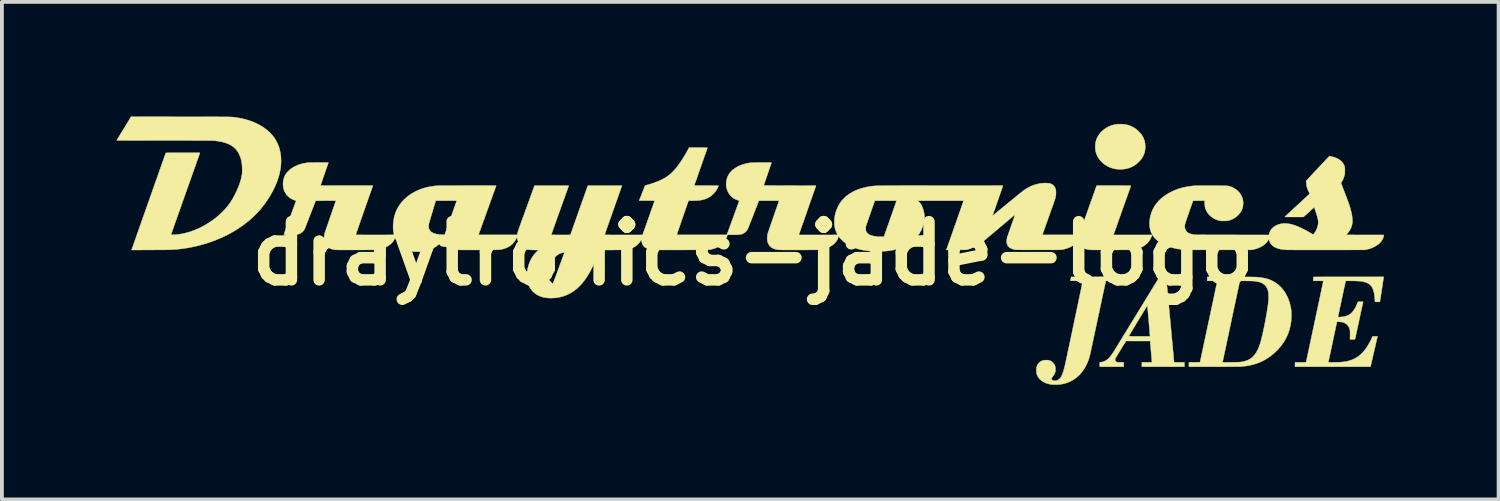
<source format=kicad_pcb>
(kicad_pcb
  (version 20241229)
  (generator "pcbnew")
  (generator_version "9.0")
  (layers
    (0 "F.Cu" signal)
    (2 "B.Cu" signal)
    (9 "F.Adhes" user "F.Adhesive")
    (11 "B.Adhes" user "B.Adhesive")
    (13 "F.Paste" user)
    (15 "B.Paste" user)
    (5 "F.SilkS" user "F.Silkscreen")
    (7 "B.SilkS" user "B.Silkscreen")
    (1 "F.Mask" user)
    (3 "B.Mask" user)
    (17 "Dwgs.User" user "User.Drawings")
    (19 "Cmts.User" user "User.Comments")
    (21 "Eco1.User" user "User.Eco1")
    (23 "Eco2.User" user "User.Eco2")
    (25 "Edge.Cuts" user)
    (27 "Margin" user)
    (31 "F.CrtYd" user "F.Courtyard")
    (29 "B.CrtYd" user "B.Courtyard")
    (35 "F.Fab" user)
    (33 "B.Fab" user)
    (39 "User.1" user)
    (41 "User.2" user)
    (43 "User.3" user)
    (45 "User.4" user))
  (footprint "draytronics-jade-logo"
    (layer "F.Cu")
    (at 16.662 3.587)
    (property "Reference" "draytronics-jade-logo" (at 0 0 0) (layer "F.SilkS") (effects (font (size 1.524 1.524) (thickness 0.3))))
    (attr through_hole)
    (fp_poly (pts (xy 9.661 -3.387) (xy 9.731 -3.38) (xy 9.798 -3.368) (xy 9.851 -3.352) (xy 9.891 -3.336) (xy 9.933 -3.316) (xy 9.974 -3.294) (xy 10.011 -3.271) (xy 10.014 -3.268) (xy 10.036 -3.251) (xy 10.061 -3.23) (xy 10.087 -3.206) (xy 10.113 -3.18) (xy 10.137 -3.154) (xy 10.158 -3.131) (xy 10.174 -3.11) (xy 10.176 -3.107) (xy 10.209 -3.051) (xy 10.235 -2.995) (xy 10.254 -2.938) (xy 10.265 -2.878) (xy 10.269 -2.814) (xy 10.269 -2.774) (xy 10.266 -2.727) (xy 10.26 -2.686) (xy 10.251 -2.647) (xy 10.239 -2.609) (xy 10.222 -2.569) (xy 10.217 -2.559) (xy 10.2 -2.524) (xy 10.18 -2.492) (xy 10.157 -2.461) (xy 10.129 -2.429) (xy 10.101 -2.4) (xy 10.055 -2.358) (xy 10.01 -2.322) (xy 9.962 -2.292) (xy 9.911 -2.265) (xy 9.878 -2.251) (xy 9.829 -2.234) (xy 9.774 -2.22) (xy 9.715 -2.21) (xy 9.654 -2.205) (xy 9.593 -2.204) (xy 9.557 -2.206) (xy 9.483 -2.215) (xy 9.412 -2.232) (xy 9.344 -2.255) (xy 9.279 -2.286) (xy 9.219 -2.322) (xy 9.164 -2.364) (xy 9.114 -2.412) (xy 9.069 -2.465) (xy 9.031 -2.523) (xy 9 -2.585) (xy 8.992 -2.603) (xy 8.975 -2.658) (xy 8.964 -2.716) (xy 8.96 -2.777) (xy 8.961 -2.839) (xy 8.969 -2.901) (xy 8.983 -2.96) (xy 8.995 -2.995) (xy 9.02 -3.051) (xy 9.053 -3.105) (xy 9.092 -3.156) (xy 9.138 -3.204) (xy 9.189 -3.247) (xy 9.244 -3.286) (xy 9.303 -3.319) (xy 9.364 -3.346) (xy 9.387 -3.354) (xy 9.452 -3.372) (xy 9.52 -3.383) (xy 9.591 -3.388) (xy 9.661 -3.387)) (stroke (width 0.01) (type solid)) (fill yes) (layer "F.SilkS"))
    (fp_poly (pts (xy 9.273 0.61) (xy 9.322 0.61) (xy 9.364 0.611) (xy 9.4 0.611) (xy 9.431 0.611) (xy 9.456 0.611) (xy 9.476 0.612) (xy 9.492 0.612) (xy 9.504 0.613) (xy 9.511 0.614) (xy 9.515 0.614) (xy 9.516 0.615) (xy 9.515 0.621) (xy 9.513 0.633) (xy 9.51 0.65) (xy 9.507 0.667) (xy 9.497 0.713) (xy 9.367 0.714) (xy 9.331 0.715) (xy 9.302 0.715) (xy 9.279 0.716) (xy 9.262 0.716) (xy 9.251 0.717) (xy 9.243 0.718) (xy 9.239 0.72) (xy 9.236 0.721) (xy 9.235 0.723) (xy 9.234 0.728) (xy 9.232 0.74) (xy 9.227 0.761) (xy 9.221 0.788) (xy 9.214 0.822) (xy 9.205 0.863) (xy 9.195 0.909) (xy 9.184 0.962) (xy 9.172 1.019) (xy 9.158 1.082) (xy 9.144 1.149) (xy 9.129 1.221) (xy 9.113 1.296) (xy 9.096 1.375) (xy 9.079 1.456) (xy 9.061 1.541) (xy 9.042 1.628) (xy 9.032 1.676) (xy 9.013 1.764) (xy 8.995 1.851) (xy 8.977 1.935) (xy 8.959 2.017) (xy 8.942 2.096) (xy 8.926 2.172) (xy 8.911 2.244) (xy 8.896 2.311) (xy 8.883 2.374) (xy 8.87 2.433) (xy 8.859 2.485) (xy 8.849 2.532) (xy 8.84 2.573) (xy 8.832 2.608) (xy 8.826 2.635) (xy 8.822 2.655) (xy 8.819 2.667) (xy 8.818 2.67) (xy 8.791 2.765) (xy 8.757 2.854) (xy 8.718 2.938) (xy 8.673 3.017) (xy 8.622 3.089) (xy 8.567 3.156) (xy 8.506 3.216) (xy 8.471 3.246) (xy 8.402 3.295) (xy 8.33 3.338) (xy 8.254 3.372) (xy 8.175 3.399) (xy 8.093 3.418) (xy 8.008 3.429) (xy 7.92 3.433) (xy 7.915 3.433) (xy 7.892 3.432) (xy 7.871 3.432) (xy 7.854 3.431) (xy 7.843 3.43) (xy 7.842 3.43) (xy 7.776 3.422) (xy 7.714 3.407) (xy 7.656 3.387) (xy 7.604 3.362) (xy 7.557 3.332) (xy 7.516 3.297) (xy 7.482 3.258) (xy 7.454 3.215) (xy 7.434 3.168) (xy 7.429 3.154) (xy 7.423 3.123) (xy 7.419 3.088) (xy 7.417 3.05) (xy 7.419 3.014) (xy 7.423 2.985) (xy 7.435 2.941) (xy 7.454 2.901) (xy 7.48 2.867) (xy 7.511 2.838) (xy 7.548 2.816) (xy 7.589 2.8) (xy 7.606 2.796) (xy 7.63 2.792) (xy 7.659 2.79) (xy 7.689 2.79) (xy 7.718 2.791) (xy 7.743 2.794) (xy 7.753 2.796) (xy 7.792 2.811) (xy 7.828 2.833) (xy 7.859 2.861) (xy 7.885 2.894) (xy 7.904 2.933) (xy 7.91 2.949) (xy 7.914 2.967) (xy 7.917 2.99) (xy 7.919 3.016) (xy 7.92 3.042) (xy 7.919 3.067) (xy 7.917 3.086) (xy 7.916 3.091) (xy 7.903 3.13) (xy 7.882 3.17) (xy 7.863 3.198) (xy 7.845 3.224) (xy 7.831 3.244) (xy 7.821 3.26) (xy 7.816 3.271) (xy 7.815 3.281) (xy 7.817 3.289) (xy 7.822 3.296) (xy 7.829 3.305) (xy 7.831 3.306) (xy 7.844 3.317) (xy 7.858 3.324) (xy 7.872 3.327) (xy 7.907 3.331) (xy 7.943 3.326) (xy 7.976 3.313) (xy 8.008 3.294) (xy 8.037 3.268) (xy 8.062 3.235) (xy 8.074 3.215) (xy 8.088 3.185) (xy 8.103 3.148) (xy 8.118 3.104) (xy 8.133 3.055) (xy 8.148 3.003) (xy 8.163 2.947) (xy 8.17 2.917) (xy 8.173 2.903) (xy 8.178 2.883) (xy 8.184 2.855) (xy 8.191 2.821) (xy 8.2 2.78) (xy 8.21 2.734) (xy 8.221 2.682) (xy 8.233 2.626) (xy 8.245 2.565) (xy 8.259 2.5) (xy 8.274 2.432) (xy 8.289 2.36) (xy 8.305 2.285) (xy 8.321 2.208) (xy 8.338 2.129) (xy 8.355 2.049) (xy 8.372 1.967) (xy 8.389 1.885) (xy 8.407 1.802) (xy 8.424 1.719) (xy 8.442 1.637) (xy 8.459 1.556) (xy 8.475 1.476) (xy 8.492 1.398) (xy 8.508 1.322) (xy 8.523 1.248) (xy 8.538 1.178) (xy 8.552 1.111) (xy 8.565 1.048) (xy 8.578 0.989) (xy 8.589 0.935) (xy 8.599 0.886) (xy 8.608 0.842) (xy 8.616 0.804) (xy 8.622 0.773) (xy 8.627 0.748) (xy 8.631 0.731) (xy 8.633 0.721) (xy 8.633 0.719) (xy 8.629 0.718) (xy 8.617 0.717) (xy 8.598 0.717) (xy 8.574 0.716) (xy 8.545 0.716) (xy 8.512 0.716) (xy 8.476 0.715) (xy 8.471 0.715) (xy 8.435 0.715) (xy 8.402 0.715) (xy 8.372 0.715) (xy 8.348 0.714) (xy 8.328 0.714) (xy 8.316 0.713) (xy 8.31 0.712) (xy 8.31 0.712) (xy 8.311 0.707) (xy 8.313 0.695) (xy 8.317 0.679) (xy 8.32 0.66) (xy 8.33 0.612) (xy 8.923 0.611) (xy 9.009 0.611) (xy 9.086 0.61) (xy 9.156 0.61) (xy 9.218 0.61) (xy 9.273 0.61)) (stroke (width 0.01) (type solid)) (fill yes) (layer "F.SilkS"))
    (fp_poly (pts (xy 12.514 0.612) (xy 12.602 0.612) (xy 12.682 0.612) (xy 12.755 0.612) (xy 12.821 0.612) (xy 12.88 0.612) (xy 12.933 0.612) (xy 12.981 0.613) (xy 13.023 0.613) (xy 13.06 0.614) (xy 13.093 0.614) (xy 13.123 0.615) (xy 13.149 0.616) (xy 13.172 0.617) (xy 13.193 0.618) (xy 13.212 0.619) (xy 13.23 0.62) (xy 13.246 0.622) (xy 13.262 0.624) (xy 13.278 0.625) (xy 13.294 0.628) (xy 13.305 0.629) (xy 13.393 0.645) (xy 13.475 0.666) (xy 13.552 0.695) (xy 13.624 0.729) (xy 13.691 0.771) (xy 13.755 0.82) (xy 13.815 0.876) (xy 13.821 0.882) (xy 13.863 0.93) (xy 13.901 0.978) (xy 13.935 1.03) (xy 13.967 1.088) (xy 13.983 1.118) (xy 14.018 1.197) (xy 14.046 1.277) (xy 14.068 1.36) (xy 14.085 1.447) (xy 14.089 1.48) (xy 14.092 1.505) (xy 14.093 1.538) (xy 14.094 1.575) (xy 14.095 1.615) (xy 14.094 1.656) (xy 14.093 1.695) (xy 14.091 1.732) (xy 14.089 1.765) (xy 14.087 1.78) (xy 14.07 1.885) (xy 14.046 1.985) (xy 14.015 2.082) (xy 13.976 2.175) (xy 13.929 2.264) (xy 13.875 2.35) (xy 13.813 2.433) (xy 13.743 2.513) (xy 13.714 2.542) (xy 13.633 2.618) (xy 13.549 2.686) (xy 13.462 2.746) (xy 13.371 2.799) (xy 13.277 2.844) (xy 13.178 2.882) (xy 13.076 2.912) (xy 12.969 2.935) (xy 12.858 2.951) (xy 12.767 2.959) (xy 12.753 2.96) (xy 12.731 2.96) (xy 12.702 2.961) (xy 12.665 2.961) (xy 12.622 2.961) (xy 12.572 2.962) (xy 12.516 2.962) (xy 12.455 2.962) (xy 12.389 2.963) (xy 12.318 2.963) (xy 12.243 2.963) (xy 12.164 2.963) (xy 12.081 2.963) (xy 12.053 2.963) (xy 11.413 2.963) (xy 11.413 2.85) (xy 12.292 2.85) (xy 12.512 2.848) (xy 12.567 2.847) (xy 12.615 2.846) (xy 12.655 2.846) (xy 12.689 2.845) (xy 12.717 2.844) (xy 12.74 2.843) (xy 12.758 2.841) (xy 12.773 2.84) (xy 12.776 2.839) (xy 12.847 2.826) (xy 12.911 2.808) (xy 12.969 2.784) (xy 13.02 2.756) (xy 13.046 2.737) (xy 13.087 2.702) (xy 13.126 2.658) (xy 13.163 2.608) (xy 13.197 2.551) (xy 13.228 2.49) (xy 13.255 2.423) (xy 13.267 2.39) (xy 13.28 2.349) (xy 13.293 2.301) (xy 13.308 2.246) (xy 13.323 2.185) (xy 13.339 2.119) (xy 13.354 2.049) (xy 13.37 1.976) (xy 13.386 1.901) (xy 13.401 1.825) (xy 13.416 1.748) (xy 13.43 1.671) (xy 13.444 1.596) (xy 13.456 1.523) (xy 13.467 1.453) (xy 13.477 1.387) (xy 13.485 1.326) (xy 13.488 1.302) (xy 13.492 1.256) (xy 13.496 1.209) (xy 13.498 1.163) (xy 13.498 1.119) (xy 13.497 1.078) (xy 13.495 1.042) (xy 13.491 1.011) (xy 13.489 0.996) (xy 13.474 0.945) (xy 13.454 0.9) (xy 13.43 0.86) (xy 13.4 0.826) (xy 13.364 0.797) (xy 13.323 0.773) (xy 13.275 0.753) (xy 13.22 0.738) (xy 13.157 0.727) (xy 13.151 0.726) (xy 13.133 0.724) (xy 13.108 0.722) (xy 13.077 0.72) (xy 13.039 0.719) (xy 12.994 0.718) (xy 12.94 0.717) (xy 12.926 0.717) (xy 12.747 0.714) (xy 12.745 0.724) (xy 12.743 0.73) (xy 12.741 0.743) (xy 12.736 0.764) (xy 12.73 0.791) (xy 12.723 0.826) (xy 12.714 0.866) (xy 12.704 0.912) (xy 12.693 0.964) (xy 12.681 1.02) (xy 12.669 1.08) (xy 12.655 1.145) (xy 12.64 1.213) (xy 12.625 1.285) (xy 12.609 1.359) (xy 12.593 1.435) (xy 12.576 1.513) (xy 12.559 1.593) (xy 12.542 1.673) (xy 12.525 1.754) (xy 12.508 1.836) (xy 12.49 1.917) (xy 12.473 1.997) (xy 12.457 2.076) (xy 12.44 2.153) (xy 12.424 2.229) (xy 12.408 2.302) (xy 12.394 2.372) (xy 12.379 2.439) (xy 12.366 2.502) (xy 12.353 2.561) (xy 12.342 2.615) (xy 12.331 2.665) (xy 12.322 2.708) (xy 12.314 2.747) (xy 12.307 2.778) (xy 12.302 2.803) (xy 12.298 2.821) (xy 12.296 2.831) (xy 12.296 2.834) (xy 12.292 2.85) (xy 11.413 2.85) (xy 11.413 2.849) (xy 11.703 2.847) (xy 11.928 1.791) (xy 11.948 1.698) (xy 11.967 1.607) (xy 11.986 1.518) (xy 12.004 1.433) (xy 12.022 1.35) (xy 12.039 1.271) (xy 12.055 1.196) (xy 12.07 1.125) (xy 12.084 1.059) (xy 12.097 0.998) (xy 12.109 0.942) (xy 12.119 0.891) (xy 12.129 0.847) (xy 12.137 0.809) (xy 12.143 0.777) (xy 12.148 0.753) (xy 12.152 0.736) (xy 12.153 0.727) (xy 12.154 0.725) (xy 12.154 0.715) (xy 12.023 0.715) (xy 11.891 0.715) (xy 11.892 0.664) (xy 11.894 0.612) (xy 12.514 0.612)) (stroke (width 0.01) (type solid)) (fill yes) (layer "F.SilkS"))
    (fp_poly (pts (xy 10.785 0.564) (xy 10.8 0.564) (xy 10.81 0.565) (xy 10.812 0.565) (xy 10.812 0.57) (xy 10.813 0.582) (xy 10.815 0.602) (xy 10.818 0.63) (xy 10.821 0.664) (xy 10.825 0.706) (xy 10.829 0.753) (xy 10.834 0.807) (xy 10.84 0.867) (xy 10.846 0.931) (xy 10.852 1.001) (xy 10.859 1.075) (xy 10.867 1.154) (xy 10.874 1.237) (xy 10.882 1.323) (xy 10.891 1.412) (xy 10.899 1.505) (xy 10.908 1.599) (xy 10.917 1.697) (xy 10.918 1.703) (xy 10.927 1.801) (xy 10.936 1.896) (xy 10.944 1.988) (xy 10.953 2.078) (xy 10.961 2.165) (xy 10.968 2.248) (xy 10.976 2.327) (xy 10.983 2.401) (xy 10.989 2.472) (xy 10.995 2.537) (xy 11.001 2.597) (xy 11.006 2.651) (xy 11.01 2.699) (xy 11.014 2.741) (xy 11.017 2.777) (xy 11.02 2.805) (xy 11.022 2.826) (xy 11.023 2.839) (xy 11.024 2.844) (xy 11.024 2.844) (xy 11.026 2.846) (xy 11.033 2.847) (xy 11.046 2.848) (xy 11.065 2.848) (xy 11.091 2.849) (xy 11.124 2.849) (xy 11.159 2.849) (xy 11.295 2.849) (xy 11.295 2.963) (xy 10.181 2.963) (xy 10.181 2.849) (xy 10.444 2.849) (xy 10.444 2.836) (xy 10.443 2.83) (xy 10.442 2.815) (xy 10.441 2.795) (xy 10.439 2.768) (xy 10.436 2.737) (xy 10.433 2.702) (xy 10.43 2.664) (xy 10.427 2.624) (xy 10.423 2.583) (xy 10.42 2.541) (xy 10.416 2.5) (xy 10.413 2.461) (xy 10.41 2.424) (xy 10.407 2.391) (xy 10.404 2.362) (xy 10.402 2.338) (xy 10.4 2.321) (xy 10.399 2.31) (xy 10.399 2.308) (xy 10.397 2.29) (xy 9.767 2.29) (xy 9.759 2.302) (xy 9.755 2.308) (xy 9.747 2.321) (xy 9.735 2.339) (xy 9.721 2.362) (xy 9.704 2.39) (xy 9.685 2.42) (xy 9.665 2.453) (xy 9.644 2.487) (xy 9.623 2.522) (xy 9.601 2.558) (xy 9.58 2.592) (xy 9.56 2.625) (xy 9.542 2.655) (xy 9.525 2.682) (xy 9.511 2.706) (xy 9.5 2.724) (xy 9.492 2.737) (xy 9.489 2.743) (xy 9.489 2.743) (xy 9.483 2.76) (xy 9.481 2.781) (xy 9.481 2.783) (xy 9.481 2.797) (xy 9.483 2.806) (xy 9.489 2.814) (xy 9.498 2.823) (xy 9.508 2.832) (xy 9.519 2.838) (xy 9.532 2.842) (xy 9.548 2.846) (xy 9.57 2.848) (xy 9.597 2.849) (xy 9.631 2.849) (xy 9.633 2.849) (xy 9.707 2.849) (xy 9.707 2.963) (xy 9.076 2.963) (xy 9.076 2.85) (xy 9.098 2.847) (xy 9.138 2.84) (xy 9.175 2.83) (xy 9.209 2.816) (xy 9.242 2.798) (xy 9.274 2.776) (xy 9.306 2.748) (xy 9.338 2.714) (xy 9.37 2.674) (xy 9.404 2.628) (xy 9.44 2.574) (xy 9.463 2.538) (xy 9.469 2.527) (xy 9.48 2.51) (xy 9.495 2.485) (xy 9.513 2.455) (xy 9.536 2.419) (xy 9.561 2.377) (xy 9.59 2.33) (xy 9.622 2.278) (xy 9.656 2.222) (xy 9.693 2.161) (xy 9.84 2.161) (xy 9.84 2.163) (xy 9.843 2.164) (xy 9.849 2.165) (xy 9.858 2.165) (xy 9.871 2.166) (xy 9.889 2.166) (xy 9.912 2.167) (xy 9.941 2.167) (xy 9.976 2.167) (xy 10.018 2.167) (xy 10.067 2.167) (xy 10.115 2.167) (xy 10.393 2.167) (xy 10.393 2.158) (xy 10.393 2.151) (xy 10.392 2.137) (xy 10.39 2.116) (xy 10.388 2.088) (xy 10.385 2.056) (xy 10.382 2.018) (xy 10.379 1.977) (xy 10.375 1.932) (xy 10.371 1.885) (xy 10.367 1.836) (xy 10.363 1.786) (xy 10.358 1.736) (xy 10.354 1.686) (xy 10.35 1.637) (xy 10.346 1.591) (xy 10.342 1.546) (xy 10.339 1.505) (xy 10.335 1.469) (xy 10.332 1.436) (xy 10.33 1.41) (xy 10.328 1.39) (xy 10.327 1.376) (xy 10.326 1.371) (xy 10.326 1.371) (xy 10.325 1.369) (xy 10.324 1.37) (xy 10.321 1.372) (xy 10.317 1.377) (xy 10.311 1.384) (xy 10.304 1.395) (xy 10.295 1.409) (xy 10.284 1.427) (xy 10.27 1.449) (xy 10.253 1.476) (xy 10.233 1.508) (xy 10.211 1.545) (xy 10.185 1.588) (xy 10.155 1.637) (xy 10.121 1.693) (xy 10.084 1.755) (xy 10.082 1.757) (xy 10.05 1.81) (xy 10.019 1.862) (xy 9.99 1.91) (xy 9.962 1.956) (xy 9.937 1.999) (xy 9.914 2.037) (xy 9.893 2.072) (xy 9.876 2.101) (xy 9.861 2.125) (xy 9.85 2.144) (xy 9.843 2.156) (xy 9.84 2.161) (xy 9.84 2.161) (xy 9.693 2.161) (xy 9.694 2.161) (xy 9.733 2.097) (xy 9.775 2.029) (xy 9.819 1.957) (xy 9.864 1.883) (xy 9.911 1.806) (xy 9.96 1.727) (xy 10.009 1.646) (xy 10.06 1.564) (xy 10.092 1.511) (xy 10.671 0.565) (xy 10.742 0.564) (xy 10.765 0.564) (xy 10.785 0.564)) (stroke (width 0.01) (type solid)) (fill yes) (layer "F.SilkS"))
    (fp_poly (pts (xy 16.51 0.619) (xy 16.509 0.625) (xy 16.508 0.638) (xy 16.505 0.658) (xy 16.501 0.685) (xy 16.496 0.718) (xy 16.49 0.755) (xy 16.484 0.797) (xy 16.477 0.842) (xy 16.47 0.891) (xy 16.462 0.942) (xy 16.461 0.946) (xy 16.454 0.997) (xy 16.446 1.045) (xy 16.439 1.09) (xy 16.433 1.132) (xy 16.427 1.169) (xy 16.422 1.201) (xy 16.418 1.227) (xy 16.415 1.247) (xy 16.413 1.259) (xy 16.413 1.265) (xy 16.413 1.265) (xy 16.409 1.265) (xy 16.398 1.265) (xy 16.381 1.266) (xy 16.361 1.266) (xy 16.349 1.266) (xy 16.325 1.266) (xy 16.308 1.266) (xy 16.296 1.264) (xy 16.288 1.26) (xy 16.284 1.252) (xy 16.282 1.24) (xy 16.281 1.221) (xy 16.28 1.196) (xy 16.28 1.19) (xy 16.275 1.124) (xy 16.266 1.061) (xy 16.253 1.003) (xy 16.237 0.95) (xy 16.218 0.904) (xy 16.195 0.864) (xy 16.186 0.852) (xy 16.156 0.82) (xy 16.119 0.792) (xy 16.075 0.769) (xy 16.024 0.749) (xy 15.965 0.735) (xy 15.944 0.73) (xy 15.918 0.727) (xy 15.885 0.724) (xy 15.846 0.721) (xy 15.802 0.719) (xy 15.753 0.717) (xy 15.7 0.716) (xy 15.645 0.715) (xy 15.633 0.715) (xy 15.519 0.715) (xy 15.515 0.725) (xy 15.514 0.73) (xy 15.511 0.743) (xy 15.506 0.764) (xy 15.5 0.791) (xy 15.493 0.824) (xy 15.485 0.862) (xy 15.475 0.906) (xy 15.465 0.954) (xy 15.454 1.006) (xy 15.442 1.062) (xy 15.429 1.12) (xy 15.416 1.181) (xy 15.414 1.194) (xy 15.401 1.255) (xy 15.388 1.314) (xy 15.376 1.37) (xy 15.365 1.422) (xy 15.354 1.471) (xy 15.345 1.515) (xy 15.337 1.555) (xy 15.329 1.589) (xy 15.323 1.617) (xy 15.319 1.638) (xy 15.315 1.652) (xy 15.314 1.659) (xy 15.314 1.659) (xy 15.314 1.661) (xy 15.318 1.663) (xy 15.326 1.664) (xy 15.34 1.663) (xy 15.36 1.663) (xy 15.374 1.662) (xy 15.436 1.657) (xy 15.49 1.648) (xy 15.539 1.634) (xy 15.584 1.615) (xy 15.624 1.591) (xy 15.662 1.561) (xy 15.677 1.547) (xy 15.707 1.512) (xy 15.738 1.47) (xy 15.767 1.422) (xy 15.794 1.369) (xy 15.818 1.312) (xy 15.822 1.303) (xy 15.838 1.262) (xy 15.973 1.262) (xy 15.971 1.271) (xy 15.97 1.276) (xy 15.967 1.289) (xy 15.963 1.31) (xy 15.957 1.337) (xy 15.95 1.37) (xy 15.941 1.409) (xy 15.932 1.452) (xy 15.921 1.501) (xy 15.91 1.553) (xy 15.898 1.609) (xy 15.885 1.668) (xy 15.872 1.729) (xy 15.867 1.755) (xy 15.853 1.817) (xy 15.84 1.877) (xy 15.828 1.934) (xy 15.816 1.988) (xy 15.805 2.038) (xy 15.796 2.084) (xy 15.787 2.124) (xy 15.779 2.16) (xy 15.773 2.189) (xy 15.768 2.213) (xy 15.764 2.229) (xy 15.762 2.237) (xy 15.762 2.238) (xy 15.761 2.242) (xy 15.759 2.245) (xy 15.754 2.246) (xy 15.745 2.247) (xy 15.732 2.248) (xy 15.712 2.248) (xy 15.695 2.248) (xy 15.63 2.248) (xy 15.631 2.133) (xy 15.631 2.094) (xy 15.631 2.062) (xy 15.63 2.036) (xy 15.628 2.014) (xy 15.626 1.996) (xy 15.622 1.98) (xy 15.616 1.964) (xy 15.61 1.948) (xy 15.601 1.93) (xy 15.6 1.927) (xy 15.577 1.89) (xy 15.547 1.858) (xy 15.512 1.831) (xy 15.471 1.811) (xy 15.425 1.796) (xy 15.373 1.788) (xy 15.338 1.786) (xy 15.289 1.784) (xy 15.178 2.303) (xy 15.164 2.368) (xy 15.151 2.431) (xy 15.138 2.491) (xy 15.126 2.548) (xy 15.114 2.602) (xy 15.104 2.651) (xy 15.094 2.696) (xy 15.086 2.735) (xy 15.079 2.769) (xy 15.073 2.796) (xy 15.068 2.816) (xy 15.066 2.83) (xy 15.064 2.835) (xy 15.062 2.849) (xy 15.177 2.849) (xy 15.249 2.848) (xy 15.313 2.847) (xy 15.37 2.844) (xy 15.422 2.84) (xy 15.47 2.835) (xy 15.514 2.829) (xy 15.556 2.82) (xy 15.596 2.81) (xy 15.635 2.798) (xy 15.655 2.792) (xy 15.722 2.765) (xy 15.786 2.732) (xy 15.846 2.693) (xy 15.903 2.647) (xy 15.957 2.595) (xy 16.009 2.535) (xy 16.059 2.467) (xy 16.107 2.392) (xy 16.153 2.309) (xy 16.166 2.284) (xy 16.178 2.261) (xy 16.189 2.238) (xy 16.199 2.216) (xy 16.207 2.2) (xy 16.222 2.167) (xy 16.35 2.167) (xy 16.348 2.179) (xy 16.346 2.185) (xy 16.343 2.198) (xy 16.339 2.219) (xy 16.332 2.246) (xy 16.325 2.278) (xy 16.316 2.316) (xy 16.306 2.359) (xy 16.295 2.406) (xy 16.284 2.456) (xy 16.271 2.509) (xy 16.259 2.565) (xy 16.256 2.575) (xy 16.243 2.631) (xy 16.231 2.684) (xy 16.219 2.734) (xy 16.209 2.781) (xy 16.199 2.823) (xy 16.19 2.861) (xy 16.182 2.894) (xy 16.176 2.921) (xy 16.172 2.942) (xy 16.168 2.955) (xy 16.167 2.961) (xy 16.167 2.961) (xy 16.163 2.961) (xy 16.151 2.962) (xy 16.131 2.962) (xy 16.103 2.962) (xy 16.069 2.962) (xy 16.028 2.962) (xy 15.981 2.962) (xy 15.928 2.963) (xy 15.869 2.963) (xy 15.806 2.963) (xy 15.737 2.963) (xy 15.664 2.963) (xy 15.587 2.963) (xy 15.507 2.963) (xy 15.423 2.963) (xy 15.337 2.963) (xy 15.247 2.963) (xy 15.179 2.963) (xy 14.19 2.963) (xy 14.19 2.849) (xy 14.335 2.848) (xy 14.48 2.847) (xy 14.705 1.789) (xy 14.725 1.695) (xy 14.744 1.604) (xy 14.763 1.516) (xy 14.782 1.43) (xy 14.799 1.348) (xy 14.816 1.269) (xy 14.832 1.194) (xy 14.847 1.123) (xy 14.861 1.057) (xy 14.874 0.995) (xy 14.886 0.939) (xy 14.896 0.889) (xy 14.906 0.845) (xy 14.914 0.806) (xy 14.92 0.775) (xy 14.925 0.751) (xy 14.929 0.734) (xy 14.931 0.725) (xy 14.931 0.723) (xy 14.93 0.721) (xy 14.928 0.719) (xy 14.924 0.718) (xy 14.916 0.717) (xy 14.904 0.716) (xy 14.887 0.716) (xy 14.865 0.716) (xy 14.835 0.715) (xy 14.8 0.715) (xy 14.668 0.715) (xy 14.669 0.664) (xy 14.671 0.612) (xy 16.51 0.61) (xy 16.51 0.619)) (stroke (width 0.01) (type solid)) (fill yes) (layer "F.SilkS"))
    (fp_poly (pts (xy -14.98 -3.58) (xy -14.855 -3.58) (xy -14.737 -3.58) (xy -14.628 -3.58) (xy -14.526 -3.58) (xy -14.431 -3.58) (xy -14.344 -3.58) (xy -14.263 -3.579) (xy -14.188 -3.579) (xy -14.119 -3.579) (xy -14.057 -3.579) (xy -13.999 -3.579) (xy -13.947 -3.578) (xy -13.9 -3.578) (xy -13.857 -3.578) (xy -13.818 -3.577) (xy -13.783 -3.577) (xy -13.752 -3.577) (xy -13.725 -3.576) (xy -13.7 -3.575) (xy -13.678 -3.575) (xy -13.659 -3.574) (xy -13.641 -3.573) (xy -13.626 -3.572) (xy -13.612 -3.571) (xy -13.599 -3.57) (xy -13.587 -3.569) (xy -13.576 -3.567) (xy -13.565 -3.566) (xy -13.554 -3.564) (xy -13.542 -3.563) (xy -13.531 -3.561) (xy -13.518 -3.559) (xy -13.511 -3.558) (xy -13.396 -3.538) (xy -13.284 -3.511) (xy -13.178 -3.479) (xy -13.076 -3.441) (xy -12.979 -3.397) (xy -12.888 -3.348) (xy -12.802 -3.293) (xy -12.723 -3.234) (xy -12.651 -3.17) (xy -12.65 -3.169) (xy -12.588 -3.103) (xy -12.533 -3.033) (xy -12.486 -2.958) (xy -12.445 -2.879) (xy -12.412 -2.796) (xy -12.387 -2.708) (xy -12.37 -2.629) (xy -12.358 -2.531) (xy -12.354 -2.43) (xy -12.357 -2.328) (xy -12.369 -2.224) (xy -12.389 -2.118) (xy -12.416 -2.011) (xy -12.452 -1.903) (xy -12.495 -1.794) (xy -12.546 -1.685) (xy -12.568 -1.643) (xy -12.64 -1.513) (xy -12.719 -1.389) (xy -12.804 -1.27) (xy -12.895 -1.157) (xy -12.992 -1.05) (xy -13.096 -0.948) (xy -13.206 -0.851) (xy -13.323 -0.759) (xy -13.447 -0.672) (xy -13.57 -0.594) (xy -13.71 -0.514) (xy -13.856 -0.441) (xy -14.007 -0.375) (xy -14.161 -0.315) (xy -14.32 -0.262) (xy -14.482 -0.216) (xy -14.646 -0.177) (xy -14.813 -0.145) (xy -14.982 -0.121) (xy -15.02 -0.117) (xy -15.047 -0.114) (xy -15.072 -0.111) (xy -15.096 -0.109) (xy -15.119 -0.107) (xy -15.142 -0.105) (xy -15.165 -0.103) (xy -15.189 -0.102) (xy -15.214 -0.1) (xy -15.241 -0.099) (xy -15.271 -0.098) (xy -15.304 -0.098) (xy -15.342 -0.097) (xy -15.383 -0.096) (xy -15.429 -0.096) (xy -15.481 -0.096) (xy -15.539 -0.095) (xy -15.604 -0.095) (xy -15.676 -0.095) (xy -15.756 -0.094) (xy -15.757 -0.094) (xy -16.268 -0.092) (xy -16.261 -0.115) (xy -16.258 -0.123) (xy -16.252 -0.139) (xy -16.244 -0.161) (xy -16.234 -0.191) (xy -16.221 -0.226) (xy -16.207 -0.268) (xy -16.19 -0.315) (xy -16.172 -0.368) (xy -16.151 -0.425) (xy -16.13 -0.487) (xy -16.106 -0.553) (xy -16.082 -0.622) (xy -16.056 -0.696) (xy -16.029 -0.772) (xy -16.001 -0.85) (xy -15.973 -0.931) (xy -15.944 -1.014) (xy -15.914 -1.099) (xy -15.884 -1.184) (xy -15.853 -1.27) (xy -15.822 -1.357) (xy -15.792 -1.444) (xy -15.761 -1.531) (xy -15.731 -1.617) (xy -15.701 -1.701) (xy -15.672 -1.785) (xy -15.643 -1.867) (xy -15.615 -1.946) (xy -15.587 -2.023) (xy -15.561 -2.097) (xy -15.536 -2.168) (xy -15.513 -2.235) (xy -15.49 -2.298) (xy -15.47 -2.357) (xy -15.45 -2.411) (xy -15.433 -2.46) (xy -15.418 -2.504) (xy -15.404 -2.542) (xy -15.393 -2.573) (xy -15.384 -2.598) (xy -15.378 -2.616) (xy -15.374 -2.627) (xy -15.373 -2.63) (xy -15.372 -2.631) (xy -15.371 -2.632) (xy -15.367 -2.633) (xy -15.362 -2.634) (xy -15.355 -2.635) (xy -15.344 -2.635) (xy -15.331 -2.636) (xy -15.313 -2.636) (xy -15.291 -2.636) (xy -15.265 -2.637) (xy -15.233 -2.637) (xy -15.195 -2.637) (xy -15.151 -2.637) (xy -15.101 -2.637) (xy -15.043 -2.637) (xy -14.978 -2.637) (xy -14.924 -2.637) (xy -14.863 -2.637) (xy -14.805 -2.637) (xy -14.75 -2.637) (xy -14.698 -2.637) (xy -14.651 -2.637) (xy -14.608 -2.637) (xy -14.57 -2.637) (xy -14.538 -2.637) (xy -14.512 -2.636) (xy -14.493 -2.636) (xy -14.482 -2.636) (xy -14.478 -2.636) (xy -14.479 -2.632) (xy -14.484 -2.62) (xy -14.49 -2.601) (xy -14.499 -2.575) (xy -14.511 -2.542) (xy -14.525 -2.503) (xy -14.541 -2.458) (xy -14.559 -2.408) (xy -14.579 -2.351) (xy -14.6 -2.29) (xy -14.623 -2.224) (xy -14.648 -2.154) (xy -14.675 -2.08) (xy -14.702 -2.002) (xy -14.731 -1.921) (xy -14.761 -1.836) (xy -14.792 -1.749) (xy -14.824 -1.659) (xy -14.855 -1.57) (xy -14.888 -1.478) (xy -14.92 -1.389) (xy -14.95 -1.302) (xy -14.98 -1.217) (xy -15.009 -1.135) (xy -15.037 -1.057) (xy -15.063 -0.983) (xy -15.088 -0.913) (xy -15.112 -0.846) (xy -15.133 -0.785) (xy -15.153 -0.729) (xy -15.171 -0.678) (xy -15.187 -0.632) (xy -15.201 -0.593) (xy -15.213 -0.56) (xy -15.222 -0.534) (xy -15.229 -0.515) (xy -15.233 -0.503) (xy -15.235 -0.498) (xy -15.235 -0.495) (xy -15.233 -0.493) (xy -15.226 -0.492) (xy -15.215 -0.491) (xy -15.197 -0.491) (xy -15.187 -0.491) (xy -15.123 -0.493) (xy -15.055 -0.5) (xy -14.983 -0.51) (xy -14.908 -0.524) (xy -14.834 -0.541) (xy -14.761 -0.562) (xy -14.721 -0.574) (xy -14.615 -0.613) (xy -14.508 -0.659) (xy -14.402 -0.713) (xy -14.298 -0.772) (xy -14.196 -0.837) (xy -14.099 -0.907) (xy -14.006 -0.981) (xy -13.92 -1.059) (xy -13.892 -1.086) (xy -13.827 -1.154) (xy -13.768 -1.222) (xy -13.715 -1.291) (xy -13.665 -1.363) (xy -13.618 -1.439) (xy -13.573 -1.522) (xy -13.558 -1.553) (xy -13.516 -1.639) (xy -13.481 -1.72) (xy -13.45 -1.796) (xy -13.425 -1.87) (xy -13.404 -1.942) (xy -13.388 -2.012) (xy -13.381 -2.048) (xy -13.378 -2.068) (xy -13.375 -2.086) (xy -13.373 -2.104) (xy -13.372 -2.125) (xy -13.372 -2.149) (xy -13.372 -2.18) (xy -13.372 -2.197) (xy -13.373 -2.264) (xy -13.377 -2.324) (xy -13.384 -2.38) (xy -13.394 -2.433) (xy -13.407 -2.485) (xy -13.418 -2.519) (xy -13.43 -2.551) (xy -13.446 -2.587) (xy -13.464 -2.622) (xy -13.483 -2.656) (xy -13.501 -2.684) (xy -13.505 -2.69) (xy -13.545 -2.738) (xy -13.59 -2.78) (xy -13.64 -2.818) (xy -13.695 -2.851) (xy -13.757 -2.879) (xy -13.825 -2.903) (xy -13.9 -2.923) (xy -13.981 -2.938) (xy -14.07 -2.95) (xy -14.122 -2.955) (xy -14.133 -2.955) (xy -14.152 -2.956) (xy -14.18 -2.956) (xy -14.216 -2.957) (xy -14.26 -2.957) (xy -14.313 -2.957) (xy -14.374 -2.958) (xy -14.443 -2.958) (xy -14.52 -2.958) (xy -14.606 -2.958) (xy -14.699 -2.959) (xy -14.801 -2.959) (xy -14.91 -2.959) (xy -15.028 -2.959) (xy -15.153 -2.959) (xy -15.287 -2.959) (xy -15.419 -2.959) (xy -15.521 -2.959) (xy -15.621 -2.959) (xy -15.718 -2.959) (xy -15.812 -2.959) (xy -15.903 -2.959) (xy -15.99 -2.96) (xy -16.074 -2.96) (xy -16.153 -2.96) (xy -16.228 -2.96) (xy -16.298 -2.96) (xy -16.363 -2.96) (xy -16.422 -2.961) (xy -16.475 -2.961) (xy -16.523 -2.961) (xy -16.563 -2.961) (xy -16.597 -2.962) (xy -16.624 -2.962) (xy -16.643 -2.962) (xy -16.654 -2.962) (xy -16.657 -2.963) (xy -16.655 -2.967) (xy -16.649 -2.978) (xy -16.638 -2.994) (xy -16.625 -3.017) (xy -16.608 -3.045) (xy -16.588 -3.077) (xy -16.566 -3.113) (xy -16.542 -3.153) (xy -16.516 -3.196) (xy -16.488 -3.241) (xy -16.468 -3.274) (xy -16.28 -3.582) (xy -14.98 -3.58)) (stroke (width 0.01) (type solid)) (fill yes) (layer "F.SilkS"))
    (fp_poly (pts (xy 15.137 -2.541) (xy 15.204 -2.524) (xy 15.264 -2.503) (xy 15.318 -2.477) (xy 15.365 -2.447) (xy 15.405 -2.414) (xy 15.439 -2.376) (xy 15.464 -2.335) (xy 15.467 -2.33) (xy 15.476 -2.31) (xy 15.484 -2.29) (xy 15.489 -2.272) (xy 15.493 -2.251) (xy 15.495 -2.227) (xy 15.496 -2.199) (xy 15.496 -2.165) (xy 15.495 -2.136) (xy 15.495 -2.113) (xy 15.494 -2.095) (xy 15.492 -2.08) (xy 15.49 -2.067) (xy 15.486 -2.052) (xy 15.484 -2.044) (xy 15.465 -1.983) (xy 15.441 -1.926) (xy 15.412 -1.875) (xy 15.405 -1.865) (xy 15.393 -1.848) (xy 15.488 -1.6) (xy 15.515 -1.529) (xy 15.539 -1.466) (xy 15.56 -1.409) (xy 15.579 -1.359) (xy 15.595 -1.313) (xy 15.609 -1.273) (xy 15.621 -1.237) (xy 15.631 -1.205) (xy 15.64 -1.176) (xy 15.644 -1.162) (xy 15.661 -1.094) (xy 15.675 -1.029) (xy 15.685 -0.966) (xy 15.691 -0.907) (xy 15.693 -0.853) (xy 15.691 -0.805) (xy 15.687 -0.777) (xy 15.672 -0.715) (xy 15.65 -0.656) (xy 15.62 -0.601) (xy 15.583 -0.551) (xy 15.551 -0.517) (xy 15.54 -0.505) (xy 15.532 -0.496) (xy 15.528 -0.491) (xy 15.528 -0.49) (xy 15.532 -0.49) (xy 15.544 -0.489) (xy 15.564 -0.489) (xy 15.59 -0.489) (xy 15.623 -0.488) (xy 15.661 -0.488) (xy 15.705 -0.488) (xy 15.754 -0.487) (xy 15.807 -0.487) (xy 15.864 -0.487) (xy 15.924 -0.487) (xy 15.986 -0.487) (xy 16.021 -0.487) (xy 16.515 -0.487) (xy 16.512 -0.467) (xy 16.502 -0.421) (xy 16.486 -0.379) (xy 16.463 -0.339) (xy 16.432 -0.3) (xy 16.411 -0.277) (xy 16.366 -0.238) (xy 16.314 -0.203) (xy 16.257 -0.171) (xy 16.196 -0.144) (xy 16.132 -0.121) (xy 16.066 -0.105) (xy 16.066 -0.105) (xy 16.017 -0.095) (xy 15.014 -0.094) (xy 14.886 -0.094) (xy 14.767 -0.094) (xy 14.656 -0.094) (xy 14.552 -0.094) (xy 14.457 -0.094) (xy 14.369 -0.094) (xy 14.29 -0.094) (xy 14.219 -0.094) (xy 14.155 -0.095) (xy 14.1 -0.095) (xy 14.054 -0.095) (xy 14.015 -0.096) (xy 13.985 -0.096) (xy 13.963 -0.096) (xy 13.95 -0.097) (xy 13.949 -0.097) (xy 13.873 -0.105) (xy 13.804 -0.116) (xy 13.743 -0.132) (xy 13.689 -0.152) (xy 13.642 -0.176) (xy 13.603 -0.205) (xy 13.57 -0.237) (xy 13.544 -0.274) (xy 13.536 -0.288) (xy 13.528 -0.307) (xy 13.52 -0.33) (xy 13.515 -0.346) (xy 13.508 -0.376) (xy 13.486 -0.344) (xy 13.472 -0.324) (xy 13.452 -0.301) (xy 13.43 -0.276) (xy 13.406 -0.252) (xy 13.382 -0.231) (xy 13.361 -0.214) (xy 13.354 -0.209) (xy 13.296 -0.174) (xy 13.232 -0.145) (xy 13.164 -0.121) (xy 13.098 -0.105) (xy 13.049 -0.095) (xy 12.213 -0.095) (xy 12.129 -0.095) (xy 12.046 -0.095) (xy 11.966 -0.095) (xy 11.888 -0.095) (xy 11.814 -0.095) (xy 11.743 -0.095) (xy 11.676 -0.095) (xy 11.614 -0.095) (xy 11.556 -0.096) (xy 11.504 -0.096) (xy 11.457 -0.096) (xy 11.417 -0.096) (xy 11.383 -0.097) (xy 11.356 -0.097) (xy 11.337 -0.097) (xy 11.326 -0.098) (xy 11.324 -0.098) (xy 11.217 -0.108) (xy 11.114 -0.122) (xy 11.017 -0.142) (xy 10.925 -0.167) (xy 10.839 -0.197) (xy 10.76 -0.231) (xy 10.686 -0.27) (xy 10.62 -0.314) (xy 10.571 -0.353) (xy 10.522 -0.4) (xy 10.48 -0.452) (xy 10.445 -0.508) (xy 10.418 -0.568) (xy 10.398 -0.632) (xy 10.386 -0.7) (xy 10.381 -0.771) (xy 10.383 -0.846) (xy 10.393 -0.923) (xy 10.395 -0.932) (xy 10.415 -1.018) (xy 10.442 -1.099) (xy 10.477 -1.176) (xy 10.519 -1.249) (xy 10.568 -1.318) (xy 10.625 -1.383) (xy 10.689 -1.444) (xy 10.761 -1.501) (xy 10.84 -1.554) (xy 10.899 -1.588) (xy 10.987 -1.633) (xy 11.077 -1.671) (xy 11.171 -1.704) (xy 11.269 -1.73) (xy 11.371 -1.751) (xy 11.479 -1.766) (xy 11.532 -1.772) (xy 11.545 -1.773) (xy 11.56 -1.774) (xy 11.576 -1.775) (xy 11.594 -1.775) (xy 11.614 -1.776) (xy 11.637 -1.777) (xy 11.664 -1.777) (xy 11.696 -1.777) (xy 11.732 -1.777) (xy 11.774 -1.777) (xy 11.822 -1.777) (xy 11.877 -1.777) (xy 11.939 -1.777) (xy 12.009 -1.777) (xy 12.01 -1.777) (xy 12.078 -1.777) (xy 12.139 -1.776) (xy 12.192 -1.776) (xy 12.238 -1.776) (xy 12.278 -1.776) (xy 12.313 -1.775) (xy 12.342 -1.775) (xy 12.367 -1.774) (xy 12.389 -1.773) (xy 12.407 -1.772) (xy 12.422 -1.771) (xy 12.435 -1.769) (xy 12.446 -1.767) (xy 12.457 -1.765) (xy 12.467 -1.763) (xy 12.477 -1.76) (xy 12.488 -1.756) (xy 12.5 -1.753) (xy 12.502 -1.752) (xy 12.527 -1.743) (xy 12.557 -1.73) (xy 12.587 -1.714) (xy 12.617 -1.697) (xy 12.64 -1.682) (xy 12.662 -1.665) (xy 12.686 -1.644) (xy 12.71 -1.62) (xy 12.732 -1.596) (xy 12.751 -1.574) (xy 12.759 -1.563) (xy 12.789 -1.511) (xy 12.811 -1.456) (xy 12.826 -1.398) (xy 12.831 -1.36) (xy 12.832 -1.296) (xy 12.825 -1.236) (xy 12.811 -1.179) (xy 12.789 -1.124) (xy 12.758 -1.073) (xy 12.72 -1.024) (xy 12.7 -1.003) (xy 12.65 -0.959) (xy 12.595 -0.922) (xy 12.536 -0.892) (xy 12.473 -0.87) (xy 12.437 -0.861) (xy 12.412 -0.857) (xy 12.381 -0.854) (xy 12.347 -0.853) (xy 12.311 -0.853) (xy 12.276 -0.854) (xy 12.245 -0.856) (xy 12.219 -0.86) (xy 12.217 -0.861) (xy 12.156 -0.877) (xy 12.1 -0.899) (xy 12.049 -0.927) (xy 12 -0.962) (xy 11.959 -0.999) (xy 11.93 -1.029) (xy 11.907 -1.057) (xy 11.888 -1.086) (xy 11.871 -1.117) (xy 11.856 -1.148) (xy 11.845 -1.178) (xy 11.836 -1.207) (xy 11.831 -1.239) (xy 11.827 -1.275) (xy 11.825 -1.313) (xy 11.823 -1.384) (xy 11.672 -1.383) (xy 11.521 -1.382) (xy 11.42 -1.096) (xy 11.403 -1.048) (xy 11.387 -1.002) (xy 11.372 -0.957) (xy 11.358 -0.916) (xy 11.345 -0.878) (xy 11.334 -0.845) (xy 11.325 -0.816) (xy 11.317 -0.794) (xy 11.313 -0.779) (xy 11.311 -0.773) (xy 11.304 -0.726) (xy 11.305 -0.682) (xy 11.313 -0.643) (xy 11.328 -0.608) (xy 11.35 -0.578) (xy 11.363 -0.565) (xy 11.387 -0.547) (xy 11.413 -0.531) (xy 11.444 -0.519) (xy 11.48 -0.508) (xy 11.521 -0.499) (xy 11.526 -0.498) (xy 11.531 -0.497) (xy 11.537 -0.496) (xy 11.543 -0.495) (xy 11.55 -0.494) (xy 11.558 -0.494) (xy 11.568 -0.493) (xy 11.58 -0.493) (xy 11.594 -0.492) (xy 11.61 -0.492) (xy 11.63 -0.491) (xy 11.653 -0.491) (xy 11.68 -0.491) (xy 11.711 -0.49) (xy 11.746 -0.49) (xy 11.785 -0.49) (xy 11.83 -0.49) (xy 11.88 -0.489) (xy 11.936 -0.489) (xy 11.998 -0.489) (xy 12.066 -0.489) (xy 12.141 -0.489) (xy 12.223 -0.489) (xy 12.312 -0.488) (xy 12.409 -0.488) (xy 12.514 -0.488) (xy 12.538 -0.488) (xy 13.508 -0.486) (xy 13.511 -0.498) (xy 13.518 -0.526) (xy 13.527 -0.555) (xy 13.538 -0.582) (xy 13.549 -0.604) (xy 13.55 -0.605) (xy 13.575 -0.641) (xy 13.608 -0.675) (xy 13.648 -0.706) (xy 13.692 -0.733) (xy 13.741 -0.755) (xy 13.762 -0.762) (xy 13.819 -0.777) (xy 13.88 -0.786) (xy 13.945 -0.787) (xy 14.012 -0.781) (xy 14.08 -0.769) (xy 14.131 -0.755) (xy 14.199 -0.733) (xy 14.272 -0.704) (xy 14.348 -0.67) (xy 14.427 -0.632) (xy 14.507 -0.589) (xy 14.588 -0.542) (xy 14.621 -0.522) (xy 14.666 -0.494) (xy 14.678 -0.508) (xy 14.709 -0.55) (xy 14.737 -0.598) (xy 14.761 -0.65) (xy 14.78 -0.702) (xy 14.793 -0.753) (xy 14.793 -0.755) (xy 14.797 -0.783) (xy 14.799 -0.81) (xy 14.798 -0.838) (xy 14.795 -0.867) (xy 14.789 -0.9) (xy 14.78 -0.938) (xy 14.768 -0.982) (xy 14.767 -0.984) (xy 14.762 -1.002) (xy 14.755 -1.025) (xy 14.747 -1.05) (xy 14.738 -1.077) (xy 14.729 -1.105) (xy 14.72 -1.132) (xy 14.712 -1.156) (xy 14.705 -1.177) (xy 14.699 -1.193) (xy 14.695 -1.203) (xy 14.694 -1.205) (xy 14.692 -1.205) (xy 14.686 -1.202) (xy 14.675 -1.194) (xy 14.661 -1.182) (xy 14.642 -1.165) (xy 14.617 -1.143) (xy 14.587 -1.117) (xy 14.552 -1.084) (xy 14.552 -1.084) (xy 14.412 -0.957) (xy 14.165 -0.957) (xy 14.113 -0.957) (xy 14.069 -0.957) (xy 14.032 -0.957) (xy 14.002 -0.957) (xy 13.978 -0.957) (xy 13.959 -0.958) (xy 13.945 -0.958) (xy 13.935 -0.959) (xy 13.928 -0.959) (xy 13.925 -0.96) (xy 13.924 -0.962) (xy 13.924 -0.963) (xy 13.926 -0.965) (xy 13.93 -0.969) (xy 13.94 -0.978) (xy 13.955 -0.992) (xy 13.976 -1.011) (xy 14 -1.034) (xy 14.029 -1.061) (xy 14.062 -1.091) (xy 14.098 -1.124) (xy 14.136 -1.16) (xy 14.178 -1.198) (xy 14.221 -1.237) (xy 14.254 -1.268) (xy 14.298 -1.309) (xy 14.34 -1.348) (xy 14.38 -1.385) (xy 14.418 -1.42) (xy 14.452 -1.452) (xy 14.483 -1.48) (xy 14.51 -1.506) (xy 14.533 -1.527) (xy 14.551 -1.544) (xy 14.565 -1.557) (xy 14.572 -1.564) (xy 14.574 -1.566) (xy 14.573 -1.571) (xy 14.568 -1.581) (xy 14.561 -1.595) (xy 14.557 -1.603) (xy 14.531 -1.656) (xy 14.511 -1.707) (xy 14.497 -1.759) (xy 14.487 -1.812) (xy 14.483 -1.856) (xy 14.48 -1.902) (xy 14.785 -2.227) (xy 15.09 -2.551) (xy 15.137 -2.541)) (stroke (width 0.01) (type solid)) (fill yes) (layer "F.SilkS"))
    (fp_poly (pts (xy -1.379 -2.773) (xy -1.335 -2.773) (xy -1.299 -2.773) (xy -1.269 -2.772) (xy -1.245 -2.772) (xy -1.227 -2.772) (xy -1.213 -2.771) (xy -1.203 -2.771) (xy -1.197 -2.77) (xy -1.193 -2.769) (xy -1.191 -2.767) (xy -1.191 -2.766) (xy -1.192 -2.765) (xy -1.194 -2.76) (xy -1.198 -2.747) (xy -1.205 -2.727) (xy -1.214 -2.702) (xy -1.225 -2.67) (xy -1.238 -2.634) (xy -1.252 -2.593) (xy -1.268 -2.549) (xy -1.285 -2.502) (xy -1.302 -2.451) (xy -1.321 -2.399) (xy -1.339 -2.346) (xy -1.358 -2.292) (xy -1.377 -2.238) (xy -1.396 -2.184) (xy -1.415 -2.131) (xy -1.433 -2.079) (xy -1.45 -2.03) (xy -1.466 -1.984) (xy -1.481 -1.941) (xy -1.495 -1.902) (xy -1.507 -1.868) (xy -1.517 -1.839) (xy -1.525 -1.815) (xy -1.531 -1.798) (xy -1.535 -1.788) (xy -1.536 -1.785) (xy -1.536 -1.784) (xy -1.535 -1.783) (xy -1.532 -1.782) (xy -1.527 -1.781) (xy -1.519 -1.78) (xy -1.508 -1.78) (xy -1.493 -1.779) (xy -1.473 -1.779) (xy -1.449 -1.778) (xy -1.418 -1.778) (xy -1.382 -1.778) (xy -1.339 -1.778) (xy -1.289 -1.778) (xy -1.231 -1.778) (xy -1.22 -1.778) (xy -1.151 -1.778) (xy -1.09 -1.778) (xy -1.038 -1.777) (xy -0.995 -1.777) (xy -0.959 -1.777) (xy -0.932 -1.776) (xy -0.914 -1.775) (xy -0.904 -1.774) (xy -0.902 -1.774) (xy -0.904 -1.766) (xy -0.909 -1.753) (xy -0.918 -1.735) (xy -0.928 -1.715) (xy -0.939 -1.693) (xy -0.951 -1.672) (xy -0.963 -1.654) (xy -0.968 -1.645) (xy -0.989 -1.617) (xy -1.014 -1.587) (xy -1.042 -1.557) (xy -1.071 -1.53) (xy -1.098 -1.506) (xy -1.118 -1.492) (xy -1.178 -1.457) (xy -1.243 -1.429) (xy -1.313 -1.408) (xy -1.389 -1.393) (xy -1.426 -1.389) (xy -1.443 -1.387) (xy -1.466 -1.386) (xy -1.495 -1.385) (xy -1.526 -1.385) (xy -1.559 -1.384) (xy -1.578 -1.384) (xy -1.687 -1.384) (xy -1.841 -0.941) (xy -1.861 -0.882) (xy -1.881 -0.825) (xy -1.899 -0.771) (xy -1.917 -0.72) (xy -1.933 -0.673) (xy -1.947 -0.63) (xy -1.96 -0.593) (xy -1.972 -0.56) (xy -1.981 -0.533) (xy -1.988 -0.512) (xy -1.992 -0.499) (xy -1.994 -0.492) (xy -1.994 -0.492) (xy -1.993 -0.491) (xy -1.988 -0.491) (xy -1.98 -0.49) (xy -1.967 -0.49) (xy -1.951 -0.489) (xy -1.93 -0.489) (xy -1.904 -0.488) (xy -1.873 -0.488) (xy -1.837 -0.488) (xy -1.794 -0.488) (xy -1.745 -0.488) (xy -1.69 -0.488) (xy -1.628 -0.488) (xy -1.558 -0.488) (xy -1.481 -0.488) (xy -1.396 -0.488) (xy -1.339 -0.488) (xy -0.684 -0.489) (xy -0.522 -0.933) (xy -0.5 -0.992) (xy -0.48 -1.049) (xy -0.46 -1.103) (xy -0.442 -1.153) (xy -0.425 -1.2) (xy -0.41 -1.243) (xy -0.396 -1.28) (xy -0.384 -1.313) (xy -0.374 -1.34) (xy -0.367 -1.36) (xy -0.362 -1.374) (xy -0.36 -1.38) (xy -0.36 -1.381) (xy -0.364 -1.383) (xy -0.374 -1.387) (xy -0.388 -1.392) (xy -0.397 -1.395) (xy -0.453 -1.416) (xy -0.504 -1.445) (xy -0.55 -1.479) (xy -0.591 -1.52) (xy -0.627 -1.565) (xy -0.656 -1.615) (xy -0.678 -1.669) (xy -0.694 -1.726) (xy -0.702 -1.785) (xy -0.703 -1.816) (xy -0.699 -1.882) (xy -0.687 -1.944) (xy -0.668 -2.003) (xy -0.641 -2.059) (xy -0.607 -2.11) (xy -0.566 -2.157) (xy -0.539 -2.183) (xy -0.482 -2.226) (xy -0.421 -2.265) (xy -0.355 -2.298) (xy -0.282 -2.326) (xy -0.203 -2.35) (xy -0.117 -2.369) (xy -0.09 -2.373) (xy -0.078 -2.375) (xy -0.059 -2.376) (xy -0.034 -2.377) (xy -0.004 -2.379) (xy 0.03 -2.38) (xy 0.068 -2.381) (xy 0.108 -2.381) (xy 0.15 -2.382) (xy 0.192 -2.383) (xy 0.235 -2.383) (xy 0.277 -2.383) (xy 0.317 -2.383) (xy 0.355 -2.383) (xy 0.39 -2.383) (xy 0.42 -2.383) (xy 0.446 -2.382) (xy 0.466 -2.381) (xy 0.48 -2.38) (xy 0.486 -2.379) (xy 0.486 -2.378) (xy 0.484 -2.372) (xy 0.479 -2.358) (xy 0.472 -2.338) (xy 0.463 -2.313) (xy 0.453 -2.283) (xy 0.441 -2.249) (xy 0.428 -2.212) (xy 0.415 -2.172) (xy 0.401 -2.131) (xy 0.386 -2.089) (xy 0.372 -2.046) (xy 0.357 -2.005) (xy 0.344 -1.965) (xy 0.331 -1.926) (xy 0.319 -1.891) (xy 0.308 -1.86) (xy 0.299 -1.833) (xy 0.291 -1.811) (xy 0.286 -1.795) (xy 0.283 -1.786) (xy 0.282 -1.784) (xy 0.286 -1.784) (xy 0.299 -1.783) (xy 0.32 -1.782) (xy 0.349 -1.782) (xy 0.387 -1.781) (xy 0.433 -1.781) (xy 0.487 -1.78) (xy 0.55 -1.78) (xy 0.62 -1.779) (xy 0.699 -1.779) (xy 0.787 -1.779) (xy 0.882 -1.778) (xy 0.966 -1.778) (xy 1.65 -1.776) (xy 1.428 -1.142) (xy 1.404 -1.071) (xy 1.38 -1.003) (xy 1.357 -0.936) (xy 1.335 -0.873) (xy 1.314 -0.813) (xy 1.294 -0.758) (xy 1.276 -0.706) (xy 1.26 -0.659) (xy 1.245 -0.617) (xy 1.233 -0.581) (xy 1.222 -0.55) (xy 1.214 -0.526) (xy 1.208 -0.509) (xy 1.205 -0.5) (xy 1.204 -0.497) (xy 1.201 -0.487) (xy 1.708 -0.487) (xy 1.772 -0.487) (xy 1.835 -0.487) (xy 1.894 -0.487) (xy 1.95 -0.487) (xy 2.002 -0.487) (xy 2.05 -0.487) (xy 2.092 -0.488) (xy 2.129 -0.488) (xy 2.16 -0.488) (xy 2.185 -0.488) (xy 2.202 -0.489) (xy 2.212 -0.489) (xy 2.214 -0.489) (xy 2.212 -0.494) (xy 2.208 -0.504) (xy 2.201 -0.519) (xy 2.193 -0.535) (xy 2.168 -0.592) (xy 2.15 -0.649) (xy 2.147 -0.663) (xy 2.951 -0.663) (xy 2.952 -0.643) (xy 2.955 -0.611) (xy 2.962 -0.584) (xy 2.975 -0.561) (xy 2.993 -0.537) (xy 2.995 -0.535) (xy 3.015 -0.516) (xy 3.038 -0.5) (xy 3.064 -0.486) (xy 3.094 -0.474) (xy 3.129 -0.464) (xy 3.171 -0.455) (xy 3.219 -0.447) (xy 3.249 -0.443) (xy 3.257 -0.443) (xy 3.272 -0.442) (xy 3.293 -0.442) (xy 3.317 -0.441) (xy 3.343 -0.441) (xy 3.345 -0.441) (xy 3.428 -0.44) (xy 3.432 -0.452) (xy 3.434 -0.457) (xy 3.439 -0.47) (xy 3.446 -0.49) (xy 3.455 -0.517) (xy 3.466 -0.549) (xy 3.48 -0.586) (xy 3.494 -0.629) (xy 3.511 -0.676) (xy 3.529 -0.726) (xy 3.548 -0.78) (xy 3.568 -0.837) (xy 3.588 -0.896) (xy 3.595 -0.917) (xy 3.616 -0.976) (xy 3.637 -1.034) (xy 3.656 -1.088) (xy 3.674 -1.14) (xy 3.691 -1.188) (xy 3.706 -1.231) (xy 3.72 -1.27) (xy 3.732 -1.304) (xy 3.741 -1.332) (xy 3.749 -1.354) (xy 3.754 -1.368) (xy 3.757 -1.376) (xy 3.757 -1.377) (xy 3.757 -1.378) (xy 3.756 -1.38) (xy 3.754 -1.381) (xy 3.749 -1.382) (xy 3.741 -1.382) (xy 3.729 -1.383) (xy 3.713 -1.383) (xy 3.693 -1.384) (xy 3.667 -1.384) (xy 3.636 -1.384) (xy 3.598 -1.384) (xy 3.553 -1.384) (xy 3.5 -1.384) (xy 3.475 -1.384) (xy 3.19 -1.384) (xy 3.077 -1.061) (xy 3.059 -1.011) (xy 3.042 -0.962) (xy 3.026 -0.915) (xy 3.011 -0.872) (xy 2.997 -0.832) (xy 2.985 -0.797) (xy 2.975 -0.766) (xy 2.967 -0.742) (xy 2.961 -0.724) (xy 2.957 -0.713) (xy 2.957 -0.711) (xy 2.953 -0.689) (xy 2.951 -0.663) (xy 2.147 -0.663) (xy 2.138 -0.708) (xy 2.131 -0.77) (xy 2.129 -0.828) (xy 2.133 -0.909) (xy 2.144 -0.99) (xy 2.164 -1.07) (xy 2.19 -1.148) (xy 2.223 -1.223) (xy 2.262 -1.295) (xy 2.307 -1.361) (xy 2.323 -1.38) (xy 2.34 -1.401) (xy 2.362 -1.424) (xy 2.387 -1.45) (xy 2.413 -1.474) (xy 2.437 -1.497) (xy 2.457 -1.514) (xy 2.528 -1.564) (xy 2.604 -1.61) (xy 2.687 -1.651) (xy 2.775 -1.686) (xy 2.869 -1.715) (xy 2.968 -1.739) (xy 3.054 -1.755) (xy 3.067 -1.757) (xy 3.078 -1.758) (xy 3.09 -1.76) (xy 3.1 -1.762) (xy 3.111 -1.763) (xy 3.123 -1.765) (xy 3.134 -1.766) (xy 3.147 -1.767) (xy 3.16 -1.768) (xy 3.175 -1.769) (xy 3.192 -1.77) (xy 3.21 -1.771) (xy 3.23 -1.772) (xy 3.253 -1.773) (xy 3.279 -1.773) (xy 3.307 -1.774) (xy 3.339 -1.775) (xy 3.374 -1.775) (xy 3.412 -1.775) (xy 3.455 -1.776) (xy 3.502 -1.776) (xy 3.553 -1.777) (xy 3.609 -1.777) (xy 3.67 -1.777) (xy 3.737 -1.777) (xy 3.809 -1.778) (xy 3.886 -1.778) (xy 3.97 -1.778) (xy 4.06 -1.778) (xy 4.157 -1.778) (xy 4.261 -1.778) (xy 4.371 -1.778) (xy 4.489 -1.778) (xy 4.615 -1.779) (xy 4.749 -1.779) (xy 4.891 -1.779) (xy 4.907 -1.779) (xy 5.024 -1.779) (xy 5.139 -1.779) (xy 5.252 -1.779) (xy 5.361 -1.779) (xy 5.468 -1.779) (xy 5.572 -1.779) (xy 5.671 -1.779) (xy 5.767 -1.779) (xy 5.859 -1.779) (xy 5.946 -1.779) (xy 6.029 -1.779) (xy 6.106 -1.779) (xy 6.179 -1.779) (xy 6.245 -1.779) (xy 6.306 -1.778) (xy 6.36 -1.778) (xy 6.408 -1.778) (xy 6.449 -1.778) (xy 6.483 -1.778) (xy 6.51 -1.778) (xy 6.529 -1.777) (xy 6.54 -1.777) (xy 6.543 -1.777) (xy 6.542 -1.773) (xy 6.538 -1.761) (xy 6.532 -1.742) (xy 6.524 -1.717) (xy 6.514 -1.686) (xy 6.501 -1.65) (xy 6.487 -1.61) (xy 6.472 -1.565) (xy 6.455 -1.516) (xy 6.437 -1.464) (xy 6.418 -1.41) (xy 6.408 -1.382) (xy 6.388 -1.326) (xy 6.37 -1.274) (xy 6.352 -1.223) (xy 6.336 -1.177) (xy 6.321 -1.134) (xy 6.307 -1.096) (xy 6.296 -1.062) (xy 6.286 -1.034) (xy 6.278 -1.013) (xy 6.273 -0.998) (xy 6.271 -0.99) (xy 6.27 -0.988) (xy 6.274 -0.991) (xy 6.283 -0.998) (xy 6.299 -1.011) (xy 6.319 -1.027) (xy 6.344 -1.048) (xy 6.374 -1.072) (xy 6.408 -1.1) (xy 6.446 -1.131) (xy 6.486 -1.164) (xy 6.53 -1.2) (xy 6.576 -1.237) (xy 6.624 -1.277) (xy 6.64 -1.29) (xy 6.703 -1.342) (xy 6.76 -1.388) (xy 6.811 -1.43) (xy 6.857 -1.468) (xy 6.898 -1.501) (xy 6.934 -1.531) (xy 6.966 -1.556) (xy 6.995 -1.579) (xy 7.019 -1.599) (xy 7.041 -1.616) (xy 7.06 -1.631) (xy 7.077 -1.644) (xy 7.092 -1.655) (xy 7.105 -1.664) (xy 7.117 -1.673) (xy 7.129 -1.681) (xy 7.14 -1.688) (xy 7.147 -1.692) (xy 7.221 -1.735) (xy 7.299 -1.772) (xy 7.379 -1.801) (xy 7.461 -1.823) (xy 7.542 -1.838) (xy 7.624 -1.845) (xy 7.687 -1.844) (xy 7.73 -1.841) (xy 7.767 -1.835) (xy 7.798 -1.826) (xy 7.826 -1.813) (xy 7.851 -1.796) (xy 7.865 -1.784) (xy 7.89 -1.756) (xy 7.91 -1.722) (xy 7.923 -1.683) (xy 7.931 -1.638) (xy 7.933 -1.592) (xy 7.931 -1.544) (xy 7.925 -1.497) (xy 7.914 -1.448) (xy 7.908 -1.428) (xy 7.905 -1.418) (xy 7.9 -1.401) (xy 7.891 -1.378) (xy 7.881 -1.348) (xy 7.869 -1.312) (xy 7.854 -1.271) (xy 7.838 -1.226) (xy 7.821 -1.176) (xy 7.802 -1.124) (xy 7.782 -1.068) (xy 7.762 -1.01) (xy 7.74 -0.951) (xy 7.737 -0.942) (xy 7.716 -0.883) (xy 7.696 -0.826) (xy 7.676 -0.772) (xy 7.658 -0.721) (xy 7.642 -0.674) (xy 7.626 -0.631) (xy 7.613 -0.593) (xy 7.601 -0.56) (xy 7.592 -0.533) (xy 7.585 -0.513) (xy 7.58 -0.499) (xy 7.578 -0.492) (xy 7.578 -0.492) (xy 7.58 -0.491) (xy 7.586 -0.49) (xy 7.596 -0.49) (xy 7.612 -0.489) (xy 7.632 -0.489) (xy 7.658 -0.488) (xy 7.691 -0.488) (xy 7.729 -0.488) (xy 7.774 -0.488) (xy 7.825 -0.488) (xy 7.884 -0.488) (xy 7.951 -0.488) (xy 8.026 -0.488) (xy 8.059 -0.488) (xy 8.541 -0.489) (xy 8.548 -0.514) (xy 8.551 -0.521) (xy 8.556 -0.536) (xy 8.563 -0.557) (xy 8.573 -0.585) (xy 8.585 -0.619) (xy 8.599 -0.659) (xy 8.615 -0.704) (xy 8.633 -0.754) (xy 8.652 -0.809) (xy 8.673 -0.867) (xy 8.695 -0.928) (xy 8.718 -0.993) (xy 8.742 -1.06) (xy 8.766 -1.13) (xy 8.777 -1.159) (xy 8.997 -1.778) (xy 9.445 -1.778) (xy 9.519 -1.778) (xy 9.587 -1.778) (xy 9.649 -1.778) (xy 9.704 -1.777) (xy 9.753 -1.777) (xy 9.795 -1.777) (xy 9.83 -1.776) (xy 9.858 -1.776) (xy 9.878 -1.775) (xy 9.89 -1.775) (xy 9.893 -1.774) (xy 9.892 -1.77) (xy 9.888 -1.758) (xy 9.881 -1.739) (xy 9.872 -1.713) (xy 9.861 -1.681) (xy 9.848 -1.643) (xy 9.832 -1.6) (xy 9.815 -1.552) (xy 9.797 -1.499) (xy 9.776 -1.442) (xy 9.755 -1.381) (xy 9.732 -1.318) (xy 9.708 -1.251) (xy 9.684 -1.182) (xy 9.668 -1.138) (xy 9.643 -1.067) (xy 9.619 -0.999) (xy 9.595 -0.933) (xy 9.573 -0.87) (xy 9.552 -0.811) (xy 9.532 -0.755) (xy 9.514 -0.703) (xy 9.497 -0.657) (xy 9.483 -0.615) (xy 9.47 -0.579) (xy 9.459 -0.549) (xy 9.451 -0.525) (xy 9.445 -0.508) (xy 9.442 -0.498) (xy 9.441 -0.496) (xy 9.439 -0.487) (xy 10.448 -0.487) (xy 10.446 -0.477) (xy 10.437 -0.454) (xy 10.426 -0.427) (xy 10.413 -0.399) (xy 10.4 -0.374) (xy 10.398 -0.37) (xy 10.363 -0.316) (xy 10.32 -0.268) (xy 10.272 -0.225) (xy 10.217 -0.188) (xy 10.156 -0.156) (xy 10.089 -0.13) (xy 10.088 -0.13) (xy 10.073 -0.125) (xy 10.06 -0.12) (xy 10.048 -0.117) (xy 10.037 -0.113) (xy 10.026 -0.11) (xy 10.014 -0.107) (xy 10.001 -0.105) (xy 9.987 -0.103) (xy 9.971 -0.101) (xy 9.952 -0.1) (xy 9.931 -0.099) (xy 9.906 -0.098) (xy 9.878 -0.097) (xy 9.845 -0.096) (xy 9.807 -0.096) (xy 9.764 -0.095) (xy 9.715 -0.095) (xy 9.66 -0.095) (xy 9.599 -0.095) (xy 9.53 -0.094) (xy 9.453 -0.094) (xy 9.406 -0.094) (xy 9.313 -0.094) (xy 9.229 -0.094) (xy 9.152 -0.094) (xy 9.084 -0.094) (xy 9.024 -0.094) (xy 8.971 -0.094) (xy 8.926 -0.094) (xy 8.889 -0.095) (xy 8.859 -0.095) (xy 8.837 -0.096) (xy 8.822 -0.097) (xy 8.817 -0.097) (xy 8.76 -0.106) (xy 8.708 -0.12) (xy 8.664 -0.139) (xy 8.626 -0.164) (xy 8.595 -0.193) (xy 8.57 -0.228) (xy 8.552 -0.269) (xy 8.547 -0.282) (xy 8.542 -0.301) (xy 8.538 -0.321) (xy 8.535 -0.336) (xy 8.532 -0.36) (xy 8.51 -0.331) (xy 8.469 -0.284) (xy 8.421 -0.241) (xy 8.366 -0.202) (xy 8.306 -0.169) (xy 8.241 -0.142) (xy 8.172 -0.12) (xy 8.099 -0.103) (xy 8.096 -0.103) (xy 8.089 -0.102) (xy 8.082 -0.101) (xy 8.073 -0.1) (xy 8.064 -0.099) (xy 8.053 -0.099) (xy 8.039 -0.098) (xy 8.023 -0.097) (xy 8.004 -0.097) (xy 7.981 -0.097) (xy 7.954 -0.096) (xy 7.923 -0.096) (xy 7.887 -0.096) (xy 7.845 -0.096) (xy 7.798 -0.095) (xy 7.744 -0.095) (xy 7.683 -0.095) (xy 7.616 -0.095) (xy 7.54 -0.095) (xy 7.476 -0.095) (xy 7.391 -0.095) (xy 7.314 -0.095) (xy 7.244 -0.095) (xy 7.182 -0.096) (xy 7.127 -0.096) (xy 7.078 -0.096) (xy 7.036 -0.096) (xy 6.999 -0.097) (xy 6.967 -0.097) (xy 6.941 -0.097) (xy 6.919 -0.098) (xy 6.901 -0.098) (xy 6.887 -0.099) (xy 6.876 -0.1) (xy 6.869 -0.101) (xy 6.867 -0.101) (xy 6.814 -0.112) (xy 6.768 -0.128) (xy 6.729 -0.148) (xy 6.698 -0.173) (xy 6.673 -0.203) (xy 6.656 -0.237) (xy 6.646 -0.27) (xy 6.643 -0.298) (xy 6.643 -0.331) (xy 6.646 -0.367) (xy 6.652 -0.404) (xy 6.656 -0.421) (xy 6.66 -0.432) (xy 6.665 -0.451) (xy 6.673 -0.476) (xy 6.684 -0.506) (xy 6.696 -0.541) (xy 6.709 -0.581) (xy 6.724 -0.623) (xy 6.74 -0.669) (xy 6.756 -0.716) (xy 6.765 -0.74) (xy 6.781 -0.787) (xy 6.796 -0.83) (xy 6.811 -0.871) (xy 6.824 -0.908) (xy 6.835 -0.941) (xy 6.845 -0.969) (xy 6.852 -0.991) (xy 6.858 -1.008) (xy 6.861 -1.017) (xy 6.861 -1.019) (xy 6.858 -1.016) (xy 6.848 -1.008) (xy 6.833 -0.996) (xy 6.813 -0.979) (xy 6.787 -0.958) (xy 6.757 -0.933) (xy 6.723 -0.904) (xy 6.685 -0.872) (xy 6.644 -0.837) (xy 6.6 -0.8) (xy 6.552 -0.76) (xy 6.503 -0.718) (xy 6.452 -0.675) (xy 6.436 -0.662) (xy 6.384 -0.618) (xy 6.333 -0.575) (xy 6.284 -0.533) (xy 6.237 -0.494) (xy 6.193 -0.457) (xy 6.152 -0.422) (xy 6.114 -0.391) (xy 6.081 -0.363) (xy 6.051 -0.338) (xy 6.026 -0.318) (xy 6.007 -0.302) (xy 5.993 -0.291) (xy 5.985 -0.284) (xy 5.984 -0.284) (xy 5.93 -0.249) (xy 5.875 -0.216) (xy 5.82 -0.186) (xy 5.768 -0.161) (xy 5.72 -0.139) (xy 5.687 -0.128) (xy 5.669 -0.121) (xy 5.653 -0.116) (xy 5.639 -0.111) (xy 5.625 -0.108) (xy 5.611 -0.104) (xy 5.597 -0.102) (xy 5.58 -0.1) (xy 5.562 -0.098) (xy 5.54 -0.097) (xy 5.514 -0.096) (xy 5.483 -0.096) (xy 5.447 -0.095) (xy 5.404 -0.095) (xy 5.355 -0.095) (xy 5.32 -0.094) (xy 5.274 -0.094) (xy 5.231 -0.094) (xy 5.191 -0.094) (xy 5.156 -0.094) (xy 5.125 -0.094) (xy 5.099 -0.094) (xy 5.08 -0.094) (xy 5.068 -0.094) (xy 5.063 -0.095) (xy 5.063 -0.095) (xy 5.064 -0.099) (xy 5.068 -0.111) (xy 5.075 -0.13) (xy 5.084 -0.155) (xy 5.095 -0.187) (xy 5.108 -0.225) (xy 5.123 -0.268) (xy 5.14 -0.316) (xy 5.159 -0.369) (xy 5.179 -0.426) (xy 5.2 -0.486) (xy 5.222 -0.55) (xy 5.246 -0.617) (xy 5.27 -0.686) (xy 5.286 -0.731) (xy 5.311 -0.802) (xy 5.335 -0.87) (xy 5.358 -0.936) (xy 5.38 -1) (xy 5.401 -1.059) (xy 5.421 -1.115) (xy 5.439 -1.167) (xy 5.455 -1.214) (xy 5.47 -1.256) (xy 5.482 -1.292) (xy 5.493 -1.322) (xy 5.501 -1.346) (xy 5.507 -1.363) (xy 5.51 -1.373) (xy 5.511 -1.375) (xy 5.513 -1.384) (xy 4.315 -1.384) (xy 4.349 -1.349) (xy 4.37 -1.327) (xy 4.387 -1.306) (xy 4.401 -1.283) (xy 4.415 -1.257) (xy 4.429 -1.227) (xy 4.45 -1.174) (xy 4.466 -1.12) (xy 4.479 -1.067) (xy 4.487 -1.016) (xy 4.491 -0.97) (xy 4.49 -0.938) (xy 4.478 -0.847) (xy 4.46 -0.762) (xy 4.435 -0.681) (xy 4.403 -0.605) (xy 4.363 -0.533) (xy 4.317 -0.466) (xy 4.263 -0.403) (xy 4.201 -0.343) (xy 4.137 -0.292) (xy 4.063 -0.241) (xy 3.984 -0.197) (xy 3.9 -0.159) (xy 3.81 -0.127) (xy 3.715 -0.1) (xy 3.614 -0.08) (xy 3.508 -0.066) (xy 3.396 -0.058) (xy 3.285 -0.055) (xy 3.166 -0.058) (xy 3.054 -0.065) (xy 2.948 -0.078) (xy 2.848 -0.096) (xy 2.755 -0.119) (xy 2.667 -0.147) (xy 2.584 -0.181) (xy 2.507 -0.22) (xy 2.436 -0.264) (xy 2.382 -0.304) (xy 2.361 -0.321) (xy 2.339 -0.342) (xy 2.315 -0.365) (xy 2.293 -0.388) (xy 2.274 -0.409) (xy 2.26 -0.427) (xy 2.258 -0.429) (xy 2.248 -0.443) (xy 2.241 -0.451) (xy 2.237 -0.452) (xy 2.235 -0.447) (xy 2.235 -0.445) (xy 2.233 -0.432) (xy 2.229 -0.414) (xy 2.222 -0.394) (xy 2.215 -0.374) (xy 2.209 -0.362) (xy 2.183 -0.32) (xy 2.149 -0.279) (xy 2.109 -0.241) (xy 2.062 -0.206) (xy 2.009 -0.175) (xy 1.951 -0.147) (xy 1.897 -0.127) (xy 1.884 -0.122) (xy 1.872 -0.118) (xy 1.861 -0.115) (xy 1.85 -0.112) (xy 1.839 -0.109) (xy 1.827 -0.106) (xy 1.815 -0.104) (xy 1.801 -0.102) (xy 1.785 -0.101) (xy 1.766 -0.099) (xy 1.744 -0.098) (xy 1.718 -0.097) (xy 1.689 -0.097) (xy 1.655 -0.096) (xy 1.616 -0.096) (xy 1.572 -0.095) (xy 1.521 -0.095) (xy 1.464 -0.095) (xy 1.4 -0.094) (xy 1.329 -0.094) (xy 1.249 -0.094) (xy 1.247 -0.094) (xy 1.165 -0.094) (xy 1.09 -0.094) (xy 1.024 -0.094) (xy 0.964 -0.094) (xy 0.911 -0.094) (xy 0.865 -0.094) (xy 0.823 -0.094) (xy 0.787 -0.094) (xy 0.756 -0.095) (xy 0.729 -0.096) (xy 0.706 -0.096) (xy 0.686 -0.097) (xy 0.668 -0.099) (xy 0.653 -0.1) (xy 0.64 -0.101) (xy 0.629 -0.103) (xy 0.618 -0.105) (xy 0.608 -0.107) (xy 0.602 -0.108) (xy 0.551 -0.124) (xy 0.506 -0.144) (xy 0.468 -0.17) (xy 0.436 -0.201) (xy 0.411 -0.238) (xy 0.391 -0.28) (xy 0.379 -0.326) (xy 0.375 -0.354) (xy 0.373 -0.387) (xy 0.374 -0.422) (xy 0.376 -0.458) (xy 0.38 -0.491) (xy 0.385 -0.514) (xy 0.387 -0.523) (xy 0.392 -0.539) (xy 0.4 -0.562) (xy 0.41 -0.591) (xy 0.421 -0.626) (xy 0.435 -0.666) (xy 0.45 -0.71) (xy 0.467 -0.758) (xy 0.484 -0.81) (xy 0.503 -0.864) (xy 0.523 -0.921) (xy 0.537 -0.963) (xy 0.557 -1.02) (xy 0.576 -1.075) (xy 0.594 -1.127) (xy 0.611 -1.175) (xy 0.626 -1.22) (xy 0.64 -1.26) (xy 0.653 -1.296) (xy 0.663 -1.326) (xy 0.671 -1.35) (xy 0.677 -1.367) (xy 0.681 -1.378) (xy 0.682 -1.381) (xy 0.677 -1.382) (xy 0.666 -1.382) (xy 0.647 -1.383) (xy 0.621 -1.383) (xy 0.591 -1.384) (xy 0.555 -1.384) (xy 0.515 -1.384) (xy 0.472 -1.384) (xy 0.426 -1.384) (xy 0.418 -1.384) (xy 0.154 -1.384) (xy 0.017 -1.03) (xy -0.003 -0.977) (xy -0.023 -0.926) (xy -0.042 -0.877) (xy -0.06 -0.831) (xy -0.077 -0.789) (xy -0.092 -0.751) (xy -0.105 -0.718) (xy -0.116 -0.69) (xy -0.125 -0.668) (xy -0.131 -0.654) (xy -0.134 -0.646) (xy -0.157 -0.607) (xy -0.187 -0.572) (xy -0.221 -0.543) (xy -0.26 -0.521) (xy -0.294 -0.508) (xy -0.311 -0.504) (xy -0.328 -0.5) (xy -0.346 -0.497) (xy -0.366 -0.495) (xy -0.389 -0.493) (xy -0.416 -0.492) (xy -0.449 -0.491) (xy -0.488 -0.491) (xy -0.521 -0.491) (xy -0.56 -0.491) (xy -0.591 -0.491) (xy -0.615 -0.491) (xy -0.634 -0.49) (xy -0.647 -0.49) (xy -0.656 -0.489) (xy -0.662 -0.488) (xy -0.665 -0.486) (xy -0.666 -0.484) (xy -0.667 -0.484) (xy -0.67 -0.476) (xy -0.674 -0.463) (xy -0.68 -0.448) (xy -0.68 -0.447) (xy -0.707 -0.385) (xy -0.739 -0.329) (xy -0.778 -0.279) (xy -0.823 -0.235) (xy -0.873 -0.197) (xy -0.93 -0.165) (xy -0.993 -0.138) (xy -1.049 -0.121) (xy -1.061 -0.118) (xy -1.072 -0.115) (xy -1.082 -0.112) (xy -1.092 -0.11) (xy -1.102 -0.108) (xy -1.113 -0.106) (xy -1.124 -0.104) (xy -1.137 -0.103) (xy -1.152 -0.101) (xy -1.169 -0.1) (xy -1.189 -0.099) (xy -1.212 -0.098) (xy -1.238 -0.098) (xy -1.268 -0.097) (xy -1.302 -0.096) (xy -1.341 -0.096) (xy -1.385 -0.096) (xy -1.435 -0.095) (xy -1.491 -0.095) (xy -1.553 -0.095) (xy -1.622 -0.095) (xy -1.698 -0.095) (xy -1.782 -0.094) (xy -1.873 -0.094) (xy -1.877 -0.094) (xy -1.977 -0.094) (xy -2.069 -0.094) (xy -2.153 -0.094) (xy -2.229 -0.094) (xy -2.297 -0.094) (xy -2.359 -0.094) (xy -2.413 -0.094) (xy -2.461 -0.094) (xy -2.502 -0.095) (xy -2.537 -0.095) (xy -2.567 -0.095) (xy -2.591 -0.096) (xy -2.609 -0.096) (xy -2.622 -0.097) (xy -2.629 -0.098) (xy -2.688 -0.106) (xy -2.74 -0.119) (xy -2.785 -0.137) (xy -2.824 -0.159) (xy -2.855 -0.186) (xy -2.88 -0.218) (xy -2.898 -0.254) (xy -2.91 -0.296) (xy -2.915 -0.33) (xy -2.918 -0.364) (xy -2.943 -0.327) (xy -2.983 -0.275) (xy -3.026 -0.229) (xy -3.074 -0.191) (xy -3.126 -0.159) (xy -3.183 -0.133) (xy -3.247 -0.112) (xy -3.276 -0.105) (xy -3.283 -0.103) (xy -3.291 -0.102) (xy -3.299 -0.101) (xy -3.308 -0.1) (xy -3.318 -0.099) (xy -3.331 -0.098) (xy -3.347 -0.097) (xy -3.367 -0.097) (xy -3.39 -0.096) (xy -3.418 -0.096) (xy -3.452 -0.095) (xy -3.491 -0.095) (xy -3.537 -0.094) (xy -3.59 -0.094) (xy -3.65 -0.094) (xy -3.665 -0.093) (xy -4.014 -0.091) (xy -4.02 -0.076) (xy -4.068 0.046) (xy -4.115 0.161) (xy -4.162 0.267) (xy -4.21 0.366) (xy -4.257 0.458) (xy -4.305 0.542) (xy -4.354 0.62) (xy -4.403 0.691) (xy -4.453 0.756) (xy -4.504 0.815) (xy -4.542 0.855) (xy -4.563 0.875) (xy -4.584 0.896) (xy -4.605 0.915) (xy -4.623 0.93) (xy -4.631 0.937) (xy -4.707 0.993) (xy -4.787 1.041) (xy -4.87 1.082) (xy -4.957 1.115) (xy -5.046 1.14) (xy -5.138 1.156) (xy -5.147 1.158) (xy -5.182 1.161) (xy -5.221 1.164) (xy -5.263 1.166) (xy -5.304 1.166) (xy -5.341 1.165) (xy -5.364 1.164) (xy -5.441 1.155) (xy -5.512 1.139) (xy -5.578 1.116) (xy -5.639 1.088) (xy -5.695 1.053) (xy -5.745 1.012) (xy -5.789 0.965) (xy -5.828 0.912) (xy -5.854 0.865) (xy -5.879 0.805) (xy -5.898 0.741) (xy -5.91 0.674) (xy -5.916 0.604) (xy -5.915 0.531) (xy -5.914 0.511) (xy -5.38 0.511) (xy -5.378 0.564) (xy -5.368 0.614) (xy -5.351 0.661) (xy -5.329 0.699) (xy -5.319 0.712) (xy -5.306 0.728) (xy -5.291 0.744) (xy -5.275 0.759) (xy -5.261 0.773) (xy -5.248 0.782) (xy -5.24 0.787) (xy -5.238 0.787) (xy -5.236 0.783) (xy -5.232 0.772) (xy -5.224 0.754) (xy -5.215 0.729) (xy -5.203 0.699) (xy -5.189 0.663) (xy -5.174 0.623) (xy -5.157 0.578) (xy -5.139 0.53) (xy -5.12 0.478) (xy -5.1 0.424) (xy -5.086 0.386) (xy -5.066 0.33) (xy -5.046 0.277) (xy -5.028 0.226) (xy -5.01 0.178) (xy -4.994 0.134) (xy -4.979 0.095) (xy -4.967 0.06) (xy -4.956 0.031) (xy -4.948 0.008) (xy -4.941 -0.008) (xy -4.938 -0.018) (xy -4.937 -0.02) (xy -4.939 -0.024) (xy -4.947 -0.026) (xy -4.961 -0.025) (xy -4.978 -0.023) (xy -4.998 -0.018) (xy -5.019 -0.012) (xy -5.04 -0.005) (xy -5.057 0.002) (xy -5.102 0.027) (xy -5.145 0.059) (xy -5.187 0.098) (xy -5.227 0.142) (xy -5.263 0.191) (xy -5.296 0.243) (xy -5.325 0.298) (xy -5.348 0.355) (xy -5.365 0.412) (xy -5.375 0.456) (xy -5.38 0.511) (xy -5.914 0.511) (xy -5.909 0.458) (xy -5.896 0.385) (xy -5.876 0.312) (xy -5.851 0.24) (xy -5.82 0.17) (xy -5.784 0.103) (xy -5.763 0.071) (xy -5.746 0.048) (xy -5.726 0.022) (xy -5.702 -0.004) (xy -5.679 -0.03) (xy -5.656 -0.052) (xy -5.636 -0.07) (xy -5.63 -0.075) (xy -5.609 -0.091) (xy -5.735 -0.093) (xy -5.777 -0.094) (xy -5.812 -0.096) (xy -5.84 -0.097) (xy -5.864 -0.099) (xy -5.885 -0.102) (xy -5.903 -0.105) (xy -5.92 -0.11) (xy -5.937 -0.116) (xy -5.955 -0.123) (xy -6.002 -0.146) (xy -6.046 -0.177) (xy -6.082 -0.21) (xy -6.1 -0.229) (xy -6.113 -0.246) (xy -6.125 -0.264) (xy -6.137 -0.287) (xy -6.138 -0.288) (xy -6.153 -0.324) (xy -6.165 -0.358) (xy -6.171 -0.389) (xy -6.172 -0.407) (xy -6.173 -0.418) (xy -6.175 -0.424) (xy -6.175 -0.425) (xy -6.178 -0.422) (xy -6.184 -0.414) (xy -6.191 -0.4) (xy -6.198 -0.386) (xy -6.232 -0.33) (xy -6.27 -0.279) (xy -6.314 -0.235) (xy -6.363 -0.197) (xy -6.419 -0.164) (xy -6.48 -0.138) (xy -6.543 -0.119) (xy -6.556 -0.115) (xy -6.567 -0.113) (xy -6.578 -0.11) (xy -6.589 -0.108) (xy -6.6 -0.106) (xy -6.612 -0.104) (xy -6.625 -0.102) (xy -6.64 -0.101) (xy -6.658 -0.1) (xy -6.679 -0.099) (xy -6.702 -0.098) (xy -6.73 -0.097) (xy -6.762 -0.097) (xy -6.799 -0.096) (xy -6.841 -0.096) (xy -6.888 -0.095) (xy -6.942 -0.095) (xy -7.003 -0.095) (xy -7.071 -0.095) (xy -7.146 -0.094) (xy -7.195 -0.094) (xy -7.279 -0.094) (xy -7.355 -0.094) (xy -7.424 -0.094) (xy -7.485 -0.094) (xy -7.54 -0.094) (xy -7.589 -0.094) (xy -7.632 -0.094) (xy -7.67 -0.095) (xy -7.704 -0.095) (xy -7.733 -0.096) (xy -7.758 -0.096) (xy -7.78 -0.097) (xy -7.798 -0.099) (xy -7.815 -0.1) (xy -7.829 -0.101) (xy -7.842 -0.103) (xy -7.854 -0.105) (xy -7.866 -0.107) (xy -7.872 -0.108) (xy -7.926 -0.122) (xy -7.972 -0.141) (xy -8.012 -0.164) (xy -8.045 -0.192) (xy -8.071 -0.223) (xy -8.089 -0.26) (xy -8.096 -0.282) (xy -8.1 -0.299) (xy -8.102 -0.315) (xy -8.103 -0.324) (xy -8.103 -0.336) (xy -8.105 -0.343) (xy -8.105 -0.344) (xy -8.109 -0.342) (xy -8.118 -0.335) (xy -8.131 -0.324) (xy -8.146 -0.31) (xy -8.162 -0.295) (xy -8.225 -0.238) (xy -8.289 -0.189) (xy -8.355 -0.147) (xy -8.424 -0.113) (xy -8.497 -0.086) (xy -8.574 -0.065) (xy -8.642 -0.053) (xy -8.669 -0.05) (xy -8.702 -0.047) (xy -8.738 -0.046) (xy -8.776 -0.046) (xy -8.812 -0.046) (xy -8.845 -0.048) (xy -8.873 -0.05) (xy -8.877 -0.051) (xy -8.952 -0.065) (xy -9.022 -0.086) (xy -9.088 -0.114) (xy -9.149 -0.149) (xy -9.205 -0.19) (xy -9.256 -0.238) (xy -9.301 -0.292) (xy -9.34 -0.353) (xy -9.351 -0.373) (xy -9.372 -0.411) (xy -9.379 -0.391) (xy -9.399 -0.349) (xy -9.426 -0.309) (xy -9.461 -0.27) (xy -9.503 -0.233) (xy -9.551 -0.199) (xy -9.604 -0.169) (xy -9.62 -0.161) (xy -9.682 -0.134) (xy -9.748 -0.113) (xy -9.781 -0.105) (xy -9.823 -0.096) (xy -10.353 -0.094) (xy -10.435 -0.094) (xy -10.509 -0.094) (xy -10.576 -0.094) (xy -10.635 -0.094) (xy -10.688 -0.094) (xy -10.735 -0.094) (xy -10.777 -0.094) (xy -10.813 -0.094) (xy -10.844 -0.095) (xy -10.872 -0.096) (xy -10.895 -0.096) (xy -10.916 -0.097) (xy -10.933 -0.099) (xy -10.948 -0.1) (xy -10.961 -0.102) (xy -10.973 -0.103) (xy -10.984 -0.105) (xy -10.995 -0.108) (xy -11.006 -0.11) (xy -11.007 -0.111) (xy -11.038 -0.12) (xy -11.069 -0.133) (xy -11.1 -0.148) (xy -11.126 -0.164) (xy -11.141 -0.176) (xy -11.171 -0.208) (xy -11.195 -0.245) (xy -11.213 -0.288) (xy -11.224 -0.335) (xy -11.23 -0.385) (xy -11.228 -0.438) (xy -11.225 -0.465) (xy -11.221 -0.488) (xy -11.217 -0.511) (xy -11.212 -0.531) (xy -11.209 -0.541) (xy -11.207 -0.548) (xy -11.202 -0.562) (xy -11.195 -0.583) (xy -11.186 -0.61) (xy -11.175 -0.642) (xy -11.162 -0.679) (xy -11.148 -0.719) (xy -11.133 -0.763) (xy -11.117 -0.81) (xy -11.1 -0.859) (xy -11.082 -0.909) (xy -11.065 -0.96) (xy -11.047 -1.01) (xy -11.03 -1.06) (xy -11.013 -1.109) (xy -10.997 -1.156) (xy -10.982 -1.2) (xy -10.968 -1.24) (xy -10.955 -1.277) (xy -10.944 -1.309) (xy -10.934 -1.336) (xy -10.927 -1.356) (xy -10.922 -1.37) (xy -10.92 -1.377) (xy -10.92 -1.377) (xy -10.919 -1.378) (xy -10.92 -1.38) (xy -10.923 -1.381) (xy -10.928 -1.382) (xy -10.936 -1.382) (xy -10.948 -1.383) (xy -10.964 -1.383) (xy -10.985 -1.384) (xy -11.011 -1.384) (xy -11.043 -1.384) (xy -11.082 -1.384) (xy -11.129 -1.383) (xy -11.182 -1.383) (xy -11.448 -1.382) (xy -11.587 -1.024) (xy -11.607 -0.972) (xy -11.627 -0.921) (xy -11.646 -0.872) (xy -11.663 -0.827) (xy -11.679 -0.786) (xy -11.694 -0.749) (xy -11.706 -0.717) (xy -11.717 -0.69) (xy -11.725 -0.67) (xy -11.73 -0.656) (xy -11.733 -0.65) (xy -11.733 -0.65) (xy -11.757 -0.609) (xy -11.786 -0.573) (xy -11.822 -0.544) (xy -11.863 -0.521) (xy -11.891 -0.51) (xy -11.908 -0.505) (xy -11.924 -0.501) (xy -11.94 -0.498) (xy -11.958 -0.495) (xy -11.979 -0.494) (xy -12.004 -0.492) (xy -12.033 -0.492) (xy -12.068 -0.492) (xy -12.11 -0.492) (xy -12.135 -0.492) (xy -12.283 -0.493) (xy -12.122 -0.938) (xy -11.96 -1.382) (xy -12 -1.395) (xy -12.058 -1.419) (xy -12.11 -1.448) (xy -12.157 -1.484) (xy -12.199 -1.526) (xy -12.233 -1.572) (xy -12.261 -1.622) (xy -12.282 -1.676) (xy -12.296 -1.732) (xy -12.303 -1.791) (xy -12.303 -1.85) (xy -12.296 -1.91) (xy -12.281 -1.968) (xy -12.26 -2.025) (xy -12.236 -2.072) (xy -12.22 -2.095) (xy -12.199 -2.121) (xy -12.174 -2.148) (xy -12.146 -2.175) (xy -12.119 -2.2) (xy -12.092 -2.221) (xy -12.08 -2.229) (xy -12.019 -2.267) (xy -11.956 -2.298) (xy -11.889 -2.325) (xy -11.818 -2.347) (xy -11.742 -2.364) (xy -11.703 -2.371) (xy -11.691 -2.373) (xy -11.68 -2.375) (xy -11.668 -2.376) (xy -11.656 -2.377) (xy -11.641 -2.378) (xy -11.624 -2.379) (xy -11.603 -2.38) (xy -11.578 -2.38) (xy -11.548 -2.381) (xy -11.513 -2.381) (xy -11.471 -2.382) (xy -11.423 -2.382) (xy -11.38 -2.382) (xy -11.333 -2.382) (xy -11.289 -2.383) (xy -11.248 -2.383) (xy -11.212 -2.383) (xy -11.18 -2.382) (xy -11.153 -2.382) (xy -11.133 -2.382) (xy -11.12 -2.381) (xy -11.114 -2.381) (xy -11.114 -2.38) (xy -11.115 -2.376) (xy -11.12 -2.364) (xy -11.126 -2.346) (xy -11.134 -2.322) (xy -11.144 -2.294) (xy -11.156 -2.261) (xy -11.168 -2.224) (xy -11.182 -2.185) (xy -11.196 -2.144) (xy -11.21 -2.102) (xy -11.225 -2.06) (xy -11.24 -2.018) (xy -11.254 -1.977) (xy -11.267 -1.938) (xy -11.279 -1.902) (xy -11.29 -1.87) (xy -11.3 -1.841) (xy -11.308 -1.818) (xy -11.314 -1.8) (xy -11.318 -1.789) (xy -11.319 -1.785) (xy -11.319 -1.784) (xy -11.318 -1.784) (xy -11.316 -1.783) (xy -11.312 -1.782) (xy -11.306 -1.781) (xy -11.298 -1.781) (xy -11.287 -1.78) (xy -11.273 -1.78) (xy -11.255 -1.78) (xy -11.233 -1.779) (xy -11.207 -1.779) (xy -11.176 -1.779) (xy -11.14 -1.778) (xy -11.099 -1.778) (xy -11.052 -1.778) (xy -10.999 -1.778) (xy -10.939 -1.778) (xy -10.872 -1.778) (xy -10.798 -1.778) (xy -10.715 -1.778) (xy -10.636 -1.778) (xy -9.952 -1.778) (xy -9.954 -1.768) (xy -9.956 -1.763) (xy -9.96 -1.751) (xy -9.967 -1.731) (xy -9.976 -1.705) (xy -9.987 -1.672) (xy -10.001 -1.634) (xy -10.016 -1.59) (xy -10.033 -1.541) (xy -10.052 -1.488) (xy -10.072 -1.43) (xy -10.093 -1.369) (xy -10.116 -1.305) (xy -10.139 -1.238) (xy -10.163 -1.169) (xy -10.178 -1.126) (xy -10.203 -1.056) (xy -10.227 -0.987) (xy -10.25 -0.921) (xy -10.272 -0.859) (xy -10.292 -0.8) (xy -10.312 -0.744) (xy -10.329 -0.693) (xy -10.345 -0.647) (xy -10.36 -0.605) (xy -10.372 -0.57) (xy -10.382 -0.54) (xy -10.39 -0.517) (xy -10.395 -0.501) (xy -10.398 -0.492) (xy -10.398 -0.49) (xy -10.394 -0.49) (xy -10.382 -0.489) (xy -10.362 -0.489) (xy -10.335 -0.488) (xy -10.302 -0.488) (xy -10.263 -0.488) (xy -10.219 -0.488) (xy -10.17 -0.487) (xy -10.117 -0.487) (xy -10.06 -0.487) (xy -10 -0.487) (xy -9.937 -0.487) (xy -9.897 -0.487) (xy -9.833 -0.487) (xy -9.771 -0.487) (xy -9.712 -0.487) (xy -9.657 -0.487) (xy -9.605 -0.487) (xy -9.558 -0.488) (xy -9.516 -0.488) (xy -9.48 -0.488) (xy -9.449 -0.489) (xy -9.425 -0.489) (xy -9.409 -0.489) (xy -9.4 -0.49) (xy -9.398 -0.49) (xy -9.399 -0.495) (xy -9.401 -0.507) (xy -9.404 -0.523) (xy -9.406 -0.533) (xy -9.416 -0.593) (xy -9.421 -0.658) (xy -9.421 -0.696) (xy -8.491 -0.696) (xy -8.49 -0.676) (xy -8.488 -0.66) (xy -8.483 -0.646) (xy -8.477 -0.631) (xy -8.476 -0.63) (xy -8.456 -0.599) (xy -8.429 -0.572) (xy -8.395 -0.549) (xy -8.354 -0.529) (xy -8.306 -0.514) (xy -8.252 -0.502) (xy -8.193 -0.495) (xy -8.127 -0.492) (xy -8.123 -0.492) (xy -8.07 -0.491) (xy -8.061 -0.515) (xy -8.059 -0.522) (xy -8.054 -0.536) (xy -8.047 -0.557) (xy -8.037 -0.583) (xy -8.026 -0.615) (xy -8.013 -0.652) (xy -7.999 -0.692) (xy -7.984 -0.736) (xy -7.967 -0.782) (xy -7.95 -0.831) (xy -7.932 -0.881) (xy -7.914 -0.932) (xy -7.896 -0.983) (xy -7.879 -1.034) (xy -7.861 -1.083) (xy -7.844 -1.131) (xy -7.828 -1.177) (xy -7.813 -1.219) (xy -7.799 -1.258) (xy -7.787 -1.293) (xy -7.777 -1.322) (xy -7.768 -1.346) (xy -7.762 -1.364) (xy -7.758 -1.375) (xy -7.757 -1.379) (xy -7.758 -1.38) (xy -7.762 -1.381) (xy -7.771 -1.382) (xy -7.784 -1.383) (xy -7.803 -1.383) (xy -7.827 -1.383) (xy -7.857 -1.384) (xy -7.893 -1.384) (xy -7.937 -1.384) (xy -7.988 -1.384) (xy -8.029 -1.384) (xy -8.304 -1.384) (xy -8.392 -1.093) (xy -8.407 -1.044) (xy -8.421 -0.997) (xy -8.434 -0.952) (xy -8.446 -0.911) (xy -8.457 -0.873) (xy -8.467 -0.84) (xy -8.475 -0.812) (xy -8.481 -0.79) (xy -8.485 -0.775) (xy -8.486 -0.769) (xy -8.491 -0.727) (xy -8.491 -0.696) (xy -9.421 -0.696) (xy -9.421 -0.727) (xy -9.417 -0.798) (xy -9.408 -0.869) (xy -9.395 -0.939) (xy -9.388 -0.971) (xy -9.362 -1.057) (xy -9.328 -1.139) (xy -9.288 -1.216) (xy -9.239 -1.29) (xy -9.184 -1.36) (xy -9.122 -1.425) (xy -9.052 -1.486) (xy -8.976 -1.542) (xy -8.892 -1.594) (xy -8.816 -1.634) (xy -8.726 -1.674) (xy -8.632 -1.708) (xy -8.535 -1.735) (xy -8.432 -1.755) (xy -8.325 -1.77) (xy -8.283 -1.774) (xy -8.274 -1.774) (xy -8.257 -1.774) (xy -8.233 -1.775) (xy -8.202 -1.775) (xy -8.166 -1.776) (xy -8.123 -1.776) (xy -8.076 -1.776) (xy -8.024 -1.776) (xy -7.968 -1.777) (xy -7.908 -1.777) (xy -7.845 -1.777) (xy -7.78 -1.777) (xy -7.713 -1.778) (xy -7.644 -1.778) (xy -7.574 -1.778) (xy -7.504 -1.778) (xy -7.433 -1.778) (xy -7.364 -1.778) (xy -7.295 -1.778) (xy -7.228 -1.778) (xy -7.162 -1.778) (xy -7.1 -1.778) (xy -7.04 -1.778) (xy -6.984 -1.778) (xy -6.932 -1.778) (xy -6.884 -1.778) (xy -6.842 -1.777) (xy -6.805 -1.777) (xy -6.775 -1.777) (xy -6.75 -1.776) (xy -6.734 -1.776) (xy -6.724 -1.776) (xy -6.723 -1.775) (xy -6.724 -1.771) (xy -6.728 -1.76) (xy -6.735 -1.741) (xy -6.744 -1.715) (xy -6.755 -1.683) (xy -6.769 -1.646) (xy -6.784 -1.603) (xy -6.802 -1.555) (xy -6.821 -1.502) (xy -6.841 -1.445) (xy -6.863 -1.385) (xy -6.886 -1.321) (xy -6.91 -1.254) (xy -6.935 -1.185) (xy -6.953 -1.135) (xy -6.979 -1.064) (xy -7.004 -0.995) (xy -7.027 -0.929) (xy -7.05 -0.866) (xy -7.072 -0.807) (xy -7.092 -0.751) (xy -7.11 -0.699) (xy -7.127 -0.652) (xy -7.142 -0.611) (xy -7.155 -0.575) (xy -7.166 -0.544) (xy -7.174 -0.521) (xy -7.18 -0.504) (xy -7.183 -0.494) (xy -7.184 -0.491) (xy -7.181 -0.491) (xy -7.173 -0.49) (xy -7.16 -0.489) (xy -7.14 -0.489) (xy -7.114 -0.489) (xy -7.082 -0.488) (xy -7.043 -0.488) (xy -6.997 -0.488) (xy -6.944 -0.488) (xy -6.884 -0.488) (xy -6.815 -0.488) (xy -6.739 -0.488) (xy -6.679 -0.488) (xy -6.174 -0.489) (xy -6.168 -0.521) (xy -6.166 -0.527) (xy -6.165 -0.533) (xy -6.164 -0.538) (xy -6.162 -0.544) (xy -6.16 -0.551) (xy -6.158 -0.559) (xy -6.155 -0.569) (xy -6.151 -0.581) (xy -6.146 -0.595) (xy -6.14 -0.613) (xy -6.133 -0.633) (xy -6.125 -0.657) (xy -6.115 -0.685) (xy -6.103 -0.717) (xy -6.09 -0.754) (xy -6.075 -0.796) (xy -6.058 -0.844) (xy -6.038 -0.897) (xy -6.016 -0.957) (xy -5.992 -1.024) (xy -5.966 -1.098) (xy -5.936 -1.179) (xy -5.929 -1.198) (xy -5.72 -1.776) (xy -5.271 -1.777) (xy -5.199 -1.777) (xy -5.136 -1.777) (xy -5.08 -1.777) (xy -5.031 -1.777) (xy -4.989 -1.777) (xy -4.952 -1.777) (xy -4.922 -1.777) (xy -4.896 -1.777) (xy -4.876 -1.777) (xy -4.859 -1.776) (xy -4.847 -1.776) (xy -4.837 -1.775) (xy -4.831 -1.775) (xy -4.827 -1.774) (xy -4.824 -1.773) (xy -4.823 -1.772) (xy -4.824 -1.771) (xy -4.825 -1.766) (xy -4.83 -1.754) (xy -4.837 -1.734) (xy -4.846 -1.708) (xy -4.858 -1.676) (xy -4.871 -1.638) (xy -4.887 -1.594) (xy -4.904 -1.546) (xy -4.923 -1.493) (xy -4.944 -1.435) (xy -4.966 -1.375) (xy -4.989 -1.31) (xy -5.013 -1.244) (xy -5.038 -1.174) (xy -5.054 -1.128) (xy -5.08 -1.058) (xy -5.104 -0.989) (xy -5.128 -0.924) (xy -5.15 -0.861) (xy -5.171 -0.801) (xy -5.191 -0.746) (xy -5.209 -0.695) (xy -5.226 -0.648) (xy -5.24 -0.607) (xy -5.253 -0.571) (xy -5.263 -0.541) (xy -5.271 -0.518) (xy -5.277 -0.501) (xy -5.28 -0.492) (xy -5.28 -0.49) (xy -5.276 -0.489) (xy -5.264 -0.489) (xy -5.245 -0.488) (xy -5.219 -0.488) (xy -5.188 -0.488) (xy -5.153 -0.487) (xy -5.113 -0.487) (xy -5.07 -0.487) (xy -5.029 -0.487) (xy -4.977 -0.487) (xy -4.933 -0.487) (xy -4.895 -0.487) (xy -4.865 -0.487) (xy -4.84 -0.487) (xy -4.82 -0.488) (xy -4.805 -0.488) (xy -4.795 -0.489) (xy -4.787 -0.49) (xy -4.782 -0.491) (xy -4.779 -0.492) (xy -4.778 -0.494) (xy -4.777 -0.494) (xy -4.776 -0.499) (xy -4.771 -0.511) (xy -4.764 -0.531) (xy -4.755 -0.557) (xy -4.744 -0.589) (xy -4.73 -0.627) (xy -4.715 -0.671) (xy -4.698 -0.72) (xy -4.679 -0.773) (xy -4.658 -0.83) (xy -4.637 -0.891) (xy -4.614 -0.955) (xy -4.591 -1.022) (xy -4.566 -1.091) (xy -4.55 -1.137) (xy -4.525 -1.207) (xy -4.501 -1.276) (xy -4.478 -1.342) (xy -4.455 -1.404) (xy -4.434 -1.464) (xy -4.414 -1.519) (xy -4.396 -1.571) (xy -4.38 -1.617) (xy -4.365 -1.658) (xy -4.352 -1.694) (xy -4.341 -1.724) (xy -4.333 -1.747) (xy -4.327 -1.764) (xy -4.323 -1.773) (xy -4.323 -1.775) (xy -4.318 -1.775) (xy -4.306 -1.776) (xy -4.286 -1.776) (xy -4.259 -1.776) (xy -4.226 -1.777) (xy -4.188 -1.777) (xy -4.144 -1.777) (xy -4.096 -1.777) (xy -4.044 -1.777) (xy -3.988 -1.777) (xy -3.93 -1.777) (xy -3.875 -1.777) (xy -3.43 -1.776) (xy -3.656 -1.137) (xy -3.681 -1.066) (xy -3.705 -0.997) (xy -3.729 -0.931) (xy -3.751 -0.868) (xy -3.772 -0.808) (xy -3.792 -0.752) (xy -3.81 -0.701) (xy -3.826 -0.654) (xy -3.841 -0.612) (xy -3.853 -0.576) (xy -3.864 -0.545) (xy -3.872 -0.521) (xy -3.878 -0.504) (xy -3.881 -0.495) (xy -3.882 -0.492) (xy -3.881 -0.491) (xy -3.876 -0.491) (xy -3.868 -0.49) (xy -3.856 -0.489) (xy -3.84 -0.489) (xy -3.819 -0.488) (xy -3.793 -0.488) (xy -3.762 -0.488) (xy -3.725 -0.487) (xy -3.681 -0.487) (xy -3.631 -0.487) (xy -3.574 -0.487) (xy -3.51 -0.487) (xy -3.437 -0.487) (xy -3.386 -0.487) (xy -2.891 -0.487) (xy -2.885 -0.501) (xy -2.883 -0.506) (xy -2.878 -0.52) (xy -2.871 -0.54) (xy -2.862 -0.566) (xy -2.85 -0.599) (xy -2.837 -0.636) (xy -2.822 -0.679) (xy -2.805 -0.725) (xy -2.788 -0.776) (xy -2.769 -0.829) (xy -2.749 -0.885) (xy -2.728 -0.943) (xy -2.728 -0.944) (xy -2.708 -1.002) (xy -2.688 -1.058) (xy -2.67 -1.111) (xy -2.652 -1.161) (xy -2.636 -1.207) (xy -2.621 -1.248) (xy -2.608 -1.285) (xy -2.597 -1.317) (xy -2.588 -1.342) (xy -2.581 -1.362) (xy -2.577 -1.374) (xy -2.575 -1.379) (xy -2.575 -1.379) (xy -2.576 -1.38) (xy -2.581 -1.381) (xy -2.591 -1.382) (xy -2.605 -1.383) (xy -2.625 -1.384) (xy -2.651 -1.384) (xy -2.684 -1.385) (xy -2.724 -1.385) (xy -2.772 -1.385) (xy -2.776 -1.385) (xy -2.979 -1.386) (xy -2.955 -1.448) (xy -2.947 -1.467) (xy -2.937 -1.493) (xy -2.925 -1.523) (xy -2.912 -1.557) (xy -2.898 -1.593) (xy -2.884 -1.628) (xy -2.877 -1.645) (xy -2.824 -1.78) (xy -2.77 -1.795) (xy -2.695 -1.816) (xy -2.619 -1.841) (xy -2.545 -1.867) (xy -2.474 -1.896) (xy -2.409 -1.925) (xy -2.377 -1.941) (xy -2.324 -1.969) (xy -2.276 -1.997) (xy -2.234 -2.025) (xy -2.193 -2.056) (xy -2.153 -2.09) (xy -2.112 -2.129) (xy -2.106 -2.136) (xy -2.054 -2.19) (xy -2.002 -2.252) (xy -1.949 -2.32) (xy -1.896 -2.396) (xy -1.841 -2.479) (xy -1.786 -2.569) (xy -1.729 -2.668) (xy -1.702 -2.717) (xy -1.672 -2.773) (xy -1.43 -2.773) (xy -1.379 -2.773)) (stroke (width 0.01) (type solid)) (fill yes) (layer "F.SilkS")))
  (gr_rect
    (start -3 -3)
    (end 36.182 10.024)
    (stroke (width 0.1) (type default))
    (fill no)
    (layer "Edge.Cuts")))
</source>
